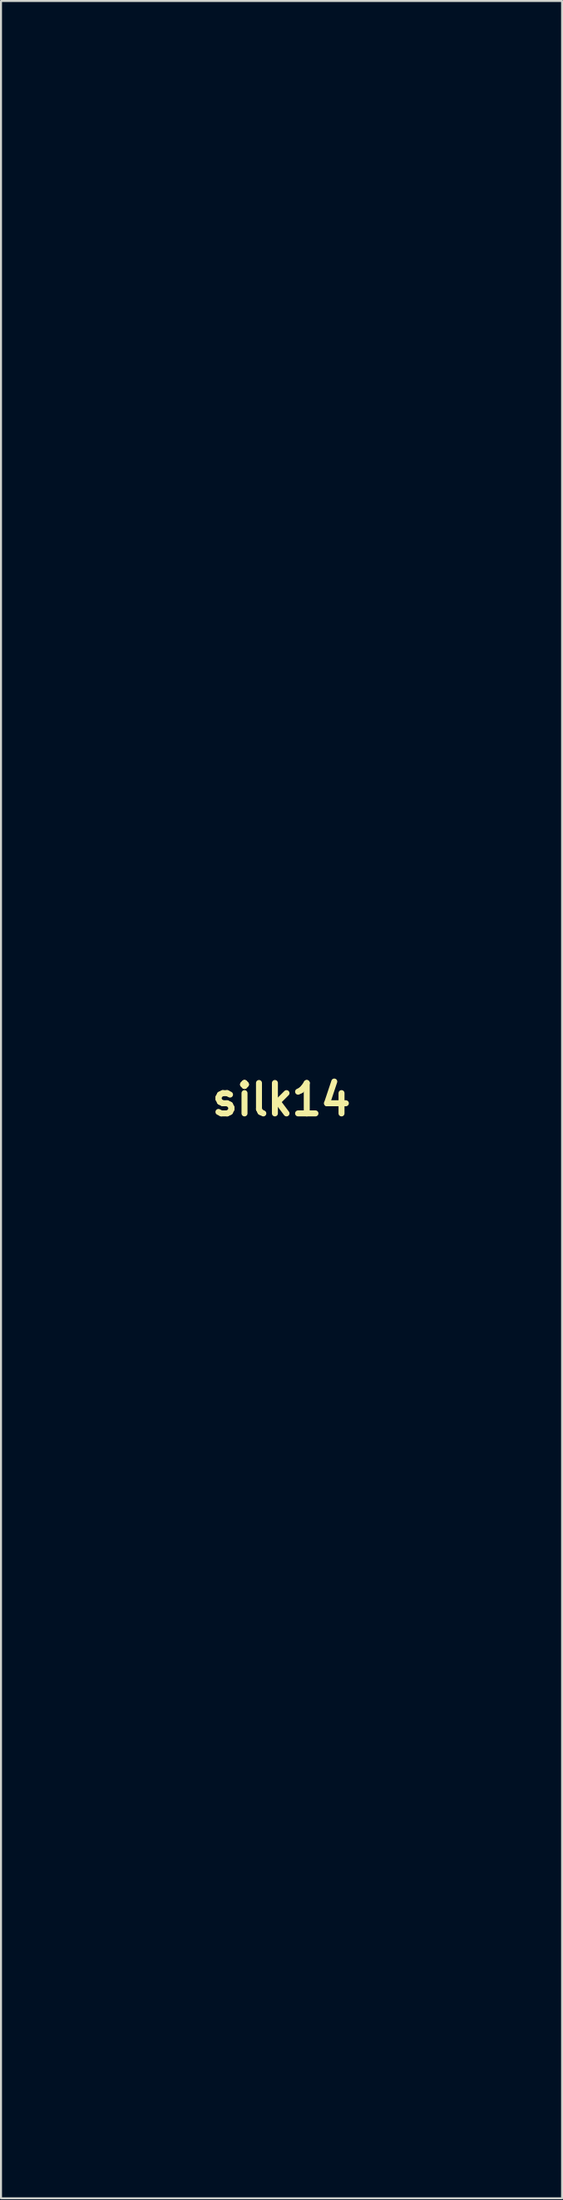
<source format=kicad_pcb>
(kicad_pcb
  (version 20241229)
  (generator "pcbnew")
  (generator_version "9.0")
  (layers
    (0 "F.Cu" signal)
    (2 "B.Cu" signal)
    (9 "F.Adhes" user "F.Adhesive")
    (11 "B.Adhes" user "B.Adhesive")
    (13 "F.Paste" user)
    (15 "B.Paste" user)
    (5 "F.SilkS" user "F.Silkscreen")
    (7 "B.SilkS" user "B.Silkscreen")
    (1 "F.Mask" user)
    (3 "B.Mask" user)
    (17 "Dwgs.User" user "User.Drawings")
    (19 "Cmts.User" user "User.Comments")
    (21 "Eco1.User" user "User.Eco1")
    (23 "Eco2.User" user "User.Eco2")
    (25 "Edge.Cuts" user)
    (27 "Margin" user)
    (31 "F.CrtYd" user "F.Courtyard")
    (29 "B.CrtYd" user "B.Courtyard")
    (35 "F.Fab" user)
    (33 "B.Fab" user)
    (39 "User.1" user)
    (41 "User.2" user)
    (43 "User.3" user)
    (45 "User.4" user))
  (footprint "silk14"
    (layer "F.Cu")
    (at 11.056 52.058)
    (property "Reference" "silk14" (at 0 0 0) (layer "F.SilkS") (effects (font (size 1.524 1.524) (thickness 0.3))))
    (attr through_hole)
    (fp_poly (pts (xy 9.487 -49.934) (xy 7.805 -49.934) (xy 7.805 -50.161) (xy 9.487 -50.161) (xy 9.487 -49.934)) (stroke (width 0.01) (type solid)) (fill no) (layer "Eco2.User"))
    (fp_poly (pts (xy -0.589 -23.777) (xy -0.421 -23.777) (xy -0.421 -23.962) (xy -0.42 -24.03) (xy -0.419 -24.083) (xy -0.417 -24.123) (xy -0.413 -24.153) (xy -0.407 -24.174) (xy -0.4 -24.189) (xy -0.389 -24.199) (xy -0.379 -24.205) (xy -0.345 -24.215) (xy -0.31 -24.21) (xy -0.279 -24.192) (xy -0.277 -24.19) (xy -0.252 -24.165) (xy -0.252 -23.658) (xy -0.301 -23.609) (xy -1.053 -23.609) (xy -1.077 -23.633) (xy -1.097 -23.664) (xy -1.102 -23.699) (xy -1.093 -23.733) (xy -1.082 -23.749) (xy -1.061 -23.773) (xy -0.911 -23.777) (xy -0.761 -23.781) (xy -0.759 -24.279) (xy -0.757 -24.778) (xy -0.896 -24.778) (xy -0.956 -24.778) (xy -1.001 -24.78) (xy -1.035 -24.784) (xy -1.058 -24.79) (xy -1.074 -24.799) (xy -1.085 -24.812) (xy -1.092 -24.824) (xy -1.101 -24.861) (xy -1.094 -24.896) (xy -1.07 -24.926) (xy -1.065 -24.931) (xy -1.058 -24.935) (xy -1.048 -24.939) (xy -1.033 -24.941) (xy -1.012 -24.943) (xy -0.981 -24.944) (xy -0.939 -24.945) (xy -0.885 -24.945) (xy -0.818 -24.946) (xy -0.589 -24.946) (xy -0.589 -23.777)) (stroke (width 0.01) (type solid)) (fill no) (layer "Eco2.User"))
    (fp_poly (pts (xy -7.038 -8.173) (xy -7.035 -7.591) (xy -6.867 -7.591) (xy -6.863 -7.98) (xy -6.841 -8.002) (xy -6.814 -8.018) (xy -6.78 -8.024) (xy -6.746 -8.019) (xy -6.736 -8.015) (xy -6.725 -8.008) (xy -6.716 -7.999) (xy -6.709 -7.986) (xy -6.703 -7.967) (xy -6.7 -7.942) (xy -6.697 -7.906) (xy -6.696 -7.86) (xy -6.695 -7.801) (xy -6.695 -7.727) (xy -6.695 -7.716) (xy -6.695 -7.475) (xy -6.752 -7.418) (xy -7.493 -7.418) (xy -7.518 -7.44) (xy -7.542 -7.469) (xy -7.55 -7.503) (xy -7.543 -7.538) (xy -7.541 -7.543) (xy -7.527 -7.564) (xy -7.512 -7.577) (xy -7.511 -7.578) (xy -7.497 -7.581) (xy -7.469 -7.583) (xy -7.43 -7.585) (xy -7.382 -7.586) (xy -7.351 -7.586) (xy -7.208 -7.586) (xy -7.208 -8.587) (xy -7.343 -8.587) (xy -7.403 -8.588) (xy -7.448 -8.59) (xy -7.482 -8.594) (xy -7.505 -8.601) (xy -7.522 -8.611) (xy -7.533 -8.624) (xy -7.536 -8.629) (xy -7.544 -8.662) (xy -7.54 -8.697) (xy -7.523 -8.729) (xy -7.523 -8.73) (xy -7.501 -8.755) (xy -7.04 -8.755) (xy -7.038 -8.173)) (stroke (width 0.01) (type solid)) (fill no) (layer "Eco2.User"))
    (fp_poly (pts (xy 3.98 22.012) (xy 3.988 22.013) (xy 3.995 22.016) (xy 4.003 22.022) (xy 4.011 22.032) (xy 4.022 22.049) (xy 4.036 22.074) (xy 4.054 22.109) (xy 4.078 22.154) (xy 4.107 22.212) (xy 4.124 22.246) (xy 4.241 22.477) (xy 4.241 22.54) (xy 4.241 22.602) (xy 4.124 22.834) (xy 4.008 23.066) (xy 3.978 23.069) (xy 3.949 23.066) (xy 3.934 23.056) (xy 3.927 23.045) (xy 3.914 23.02) (xy 3.895 22.985) (xy 3.872 22.941) (xy 3.846 22.89) (xy 3.819 22.835) (xy 3.816 22.829) (xy 3.781 22.758) (xy 3.753 22.7) (xy 3.732 22.653) (xy 3.717 22.615) (xy 3.707 22.583) (xy 3.703 22.556) (xy 3.702 22.531) (xy 3.705 22.507) (xy 3.712 22.481) (xy 3.713 22.477) (xy 3.72 22.457) (xy 3.734 22.425) (xy 3.752 22.385) (xy 3.774 22.338) (xy 3.799 22.287) (xy 3.824 22.235) (xy 3.85 22.183) (xy 3.875 22.135) (xy 3.897 22.092) (xy 3.916 22.057) (xy 3.93 22.032) (xy 3.939 22.02) (xy 3.939 22.02) (xy 3.956 22.013) (xy 3.979 22.012) (xy 3.98 22.012)) (stroke (width 0.01) (type solid)) (fill no) (layer "Eco2.User"))
    (fp_poly (pts (xy -1.737 -52.04) (xy -1.727 -52.036) (xy -1.718 -52.032) (xy -1.711 -52.028) (xy -1.704 -52.022) (xy -1.698 -52.014) (xy -1.693 -52.002) (xy -1.689 -51.986) (xy -1.686 -51.964) (xy -1.683 -51.936) (xy -1.681 -51.899) (xy -1.679 -51.854) (xy -1.678 -51.8) (xy -1.677 -51.734) (xy -1.676 -51.657) (xy -1.676 -51.566) (xy -1.675 -51.462) (xy -1.674 -51.342) (xy -1.674 -51.242) (xy -1.67 -50.501) (xy -1.246 -50.497) (xy -0.823 -50.493) (xy -0.794 -50.462) (xy -0.776 -50.439) (xy -0.768 -50.419) (xy -0.765 -50.392) (xy -0.765 -50.387) (xy -0.767 -50.36) (xy -0.773 -50.341) (xy -0.787 -50.323) (xy -0.798 -50.311) (xy -0.831 -50.279) (xy -1.901 -50.279) (xy -1.899 -51.126) (xy -1.898 -51.265) (xy -1.898 -51.387) (xy -1.898 -51.495) (xy -1.897 -51.589) (xy -1.897 -51.67) (xy -1.896 -51.74) (xy -1.896 -51.798) (xy -1.895 -51.846) (xy -1.894 -51.886) (xy -1.893 -51.917) (xy -1.892 -51.942) (xy -1.89 -51.961) (xy -1.889 -51.974) (xy -1.887 -51.984) (xy -1.885 -51.991) (xy -1.882 -51.996) (xy -1.882 -51.997) (xy -1.852 -52.028) (xy -1.815 -52.047) (xy -1.775 -52.051) (xy -1.737 -52.04)) (stroke (width 0.01) (type solid)) (fill no) (layer "Eco2.User"))
    (fp_poly (pts (xy -6.745 9.864) (xy -6.717 9.882) (xy -6.701 9.909) (xy -6.7 9.944) (xy -6.71 9.977) (xy -6.717 9.991) (xy -6.732 10.018) (xy -6.754 10.057) (xy -6.782 10.105) (xy -6.815 10.162) (xy -6.853 10.227) (xy -6.894 10.297) (xy -6.938 10.372) (xy -6.984 10.45) (xy -7.031 10.53) (xy -7.078 10.611) (xy -7.126 10.691) (xy -7.172 10.769) (xy -7.216 10.843) (xy -7.258 10.913) (xy -7.296 10.977) (xy -7.33 11.033) (xy -7.359 11.081) (xy -7.382 11.118) (xy -7.398 11.144) (xy -7.407 11.157) (xy -7.408 11.159) (xy -7.433 11.168) (xy -7.464 11.165) (xy -7.492 11.152) (xy -7.52 11.128) (xy -7.531 11.097) (xy -7.529 11.064) (xy -7.524 11.054) (xy -7.511 11.03) (xy -7.491 10.995) (xy -7.465 10.949) (xy -7.433 10.895) (xy -7.397 10.832) (xy -7.357 10.763) (xy -7.314 10.689) (xy -7.269 10.612) (xy -7.222 10.531) (xy -7.175 10.45) (xy -7.128 10.37) (xy -7.081 10.291) (xy -7.037 10.215) (xy -6.994 10.143) (xy -6.955 10.077) (xy -6.92 10.019) (xy -6.89 9.968) (xy -6.866 9.928) (xy -6.848 9.898) (xy -6.837 9.881) (xy -6.836 9.88) (xy -6.822 9.865) (xy -6.804 9.858) (xy -6.784 9.857) (xy -6.745 9.864)) (stroke (width 0.01) (type solid)) (fill no) (layer "Eco2.User"))
    (fp_poly (pts (xy -8.003 -8.754) (xy -7.973 -8.746) (xy -7.949 -8.732) (xy -7.936 -8.717) (xy -7.931 -8.689) (xy -7.933 -8.655) (xy -7.942 -8.625) (xy -7.943 -8.622) (xy -7.953 -8.605) (xy -7.97 -8.574) (xy -7.994 -8.534) (xy -8.023 -8.483) (xy -8.058 -8.424) (xy -8.096 -8.358) (xy -8.138 -8.287) (xy -8.183 -8.211) (xy -8.23 -8.132) (xy -8.278 -8.052) (xy -8.326 -7.971) (xy -8.373 -7.891) (xy -8.42 -7.813) (xy -8.464 -7.739) (xy -8.505 -7.669) (xy -8.543 -7.606) (xy -8.577 -7.551) (xy -8.605 -7.504) (xy -8.628 -7.467) (xy -8.643 -7.442) (xy -8.651 -7.43) (xy -8.652 -7.429) (xy -8.676 -7.42) (xy -8.707 -7.42) (xy -8.736 -7.43) (xy -8.74 -7.433) (xy -8.765 -7.457) (xy -8.778 -7.49) (xy -8.778 -7.518) (xy -8.773 -7.529) (xy -8.76 -7.552) (xy -8.741 -7.588) (xy -8.715 -7.633) (xy -8.683 -7.688) (xy -8.647 -7.751) (xy -8.607 -7.82) (xy -8.564 -7.894) (xy -8.518 -7.973) (xy -8.471 -8.054) (xy -8.423 -8.136) (xy -8.374 -8.218) (xy -8.327 -8.299) (xy -8.28 -8.377) (xy -8.236 -8.451) (xy -8.195 -8.52) (xy -8.158 -8.582) (xy -8.125 -8.636) (xy -8.098 -8.682) (xy -8.076 -8.716) (xy -8.062 -8.739) (xy -8.055 -8.749) (xy -8.054 -8.749) (xy -8.032 -8.755) (xy -8.003 -8.754)) (stroke (width 0.01) (type solid)) (fill no) (layer "Eco2.User"))
    (fp_poly (pts (xy -7.086 -23.073) (xy -7.057 -23.06) (xy -7.042 -23.048) (xy -7.034 -23.04) (xy -7.028 -23.032) (xy -7.023 -23.024) (xy -7.021 -23.013) (xy -7.022 -23) (xy -7.026 -22.983) (xy -7.034 -22.962) (xy -7.046 -22.935) (xy -7.063 -22.901) (xy -7.085 -22.86) (xy -7.112 -22.811) (xy -7.146 -22.752) (xy -7.186 -22.683) (xy -7.233 -22.603) (xy -7.287 -22.51) (xy -7.349 -22.404) (xy -7.376 -22.36) (xy -7.43 -22.268) (xy -7.482 -22.18) (xy -7.531 -22.098) (xy -7.577 -22.021) (xy -7.618 -21.952) (xy -7.655 -21.891) (xy -7.686 -21.84) (xy -7.712 -21.799) (xy -7.73 -21.77) (xy -7.741 -21.754) (xy -7.743 -21.752) (xy -7.764 -21.737) (xy -7.785 -21.734) (xy -7.811 -21.743) (xy -7.822 -21.748) (xy -7.853 -21.771) (xy -7.869 -21.8) (xy -7.869 -21.834) (xy -7.864 -21.846) (xy -7.851 -21.871) (xy -7.831 -21.908) (xy -7.805 -21.955) (xy -7.773 -22.011) (xy -7.737 -22.074) (xy -7.696 -22.144) (xy -7.652 -22.22) (xy -7.606 -22.299) (xy -7.558 -22.38) (xy -7.51 -22.463) (xy -7.461 -22.545) (xy -7.413 -22.626) (xy -7.367 -22.704) (xy -7.322 -22.778) (xy -7.281 -22.846) (xy -7.244 -22.908) (xy -7.211 -22.962) (xy -7.184 -23.006) (xy -7.162 -23.04) (xy -7.148 -23.061) (xy -7.141 -23.069) (xy -7.117 -23.076) (xy -7.086 -23.073)) (stroke (width 0.01) (type solid)) (fill no) (layer "Eco2.User"))
    (fp_poly (pts (xy -9.922 -13.816) (xy -9.892 -13.806) (xy -9.867 -13.788) (xy -9.853 -13.765) (xy -9.852 -13.764) (xy -9.85 -13.739) (xy -9.852 -13.719) (xy -9.856 -13.708) (xy -9.869 -13.685) (xy -9.889 -13.65) (xy -9.915 -13.604) (xy -9.946 -13.549) (xy -9.982 -13.486) (xy -10.022 -13.417) (xy -10.066 -13.343) (xy -10.111 -13.264) (xy -10.158 -13.183) (xy -10.207 -13.101) (xy -10.255 -13.019) (xy -10.303 -12.938) (xy -10.349 -12.86) (xy -10.393 -12.786) (xy -10.434 -12.717) (xy -10.471 -12.655) (xy -10.504 -12.601) (xy -10.531 -12.556) (xy -10.553 -12.521) (xy -10.567 -12.498) (xy -10.574 -12.488) (xy -10.574 -12.488) (xy -10.599 -12.481) (xy -10.63 -12.483) (xy -10.66 -12.495) (xy -10.672 -12.503) (xy -10.691 -12.522) (xy -10.698 -12.544) (xy -10.698 -12.558) (xy -10.695 -12.588) (xy -10.685 -12.616) (xy -10.684 -12.618) (xy -10.675 -12.636) (xy -10.658 -12.666) (xy -10.634 -12.707) (xy -10.604 -12.758) (xy -10.57 -12.816) (xy -10.531 -12.882) (xy -10.489 -12.954) (xy -10.444 -13.029) (xy -10.398 -13.108) (xy -10.35 -13.189) (xy -10.302 -13.269) (xy -10.254 -13.349) (xy -10.208 -13.427) (xy -10.164 -13.501) (xy -10.122 -13.57) (xy -10.085 -13.633) (xy -10.051 -13.688) (xy -10.023 -13.734) (xy -10.001 -13.771) (xy -9.986 -13.795) (xy -9.978 -13.807) (xy -9.977 -13.808) (xy -9.952 -13.818) (xy -9.922 -13.816)) (stroke (width 0.01) (type solid)) (fill no) (layer "Eco2.User"))
    (fp_poly (pts (xy 2.082 -31.116) (xy 2.1 -31.096) (xy 2.108 -31.078) (xy 2.111 -31.053) (xy 2.111 -31.044) (xy 2.11 -31.015) (xy 2.103 -30.996) (xy 2.088 -30.977) (xy 2.082 -30.971) (xy 2.054 -30.943) (xy 1.287 -30.943) (xy 1.287 -30.438) (xy 1.455 -30.438) (xy 1.517 -30.438) (xy 1.563 -30.437) (xy 1.598 -30.435) (xy 1.622 -30.433) (xy 1.639 -30.429) (xy 1.649 -30.425) (xy 1.676 -30.402) (xy 1.693 -30.37) (xy 1.698 -30.332) (xy 1.69 -30.294) (xy 1.686 -30.287) (xy 1.677 -30.271) (xy 1.668 -30.258) (xy 1.655 -30.249) (xy 1.637 -30.243) (xy 1.611 -30.239) (xy 1.576 -30.237) (xy 1.528 -30.236) (xy 1.466 -30.236) (xy 1.462 -30.236) (xy 1.287 -30.236) (xy 1.287 -29.731) (xy 1.656 -29.731) (xy 1.746 -29.731) (xy 1.827 -29.731) (xy 1.897 -29.73) (xy 1.955 -29.729) (xy 2.001 -29.727) (xy 2.032 -29.725) (xy 2.047 -29.723) (xy 2.048 -29.723) (xy 2.082 -29.702) (xy 2.103 -29.671) (xy 2.111 -29.63) (xy 2.111 -29.626) (xy 2.104 -29.584) (xy 2.084 -29.552) (xy 2.051 -29.531) (xy 2.048 -29.53) (xy 2.034 -29.528) (xy 2.005 -29.526) (xy 1.961 -29.525) (xy 1.902 -29.523) (xy 1.83 -29.522) (xy 1.746 -29.522) (xy 1.651 -29.521) (xy 1.551 -29.521) (xy 1.077 -29.521) (xy 1.077 -31.144) (xy 2.054 -31.144) (xy 2.082 -31.116)) (stroke (width 0.01) (type solid)) (fill no) (layer "Eco2.User"))
    (fp_poly (pts (xy -9.263 -18.746) (xy -9.237 -18.722) (xy -9.227 -18.708) (xy -9.225 -18.695) (xy -9.222 -18.668) (xy -9.221 -18.626) (xy -9.219 -18.569) (xy -9.218 -18.496) (xy -9.218 -18.408) (xy -9.218 -18.357) (xy -9.218 -18.024) (xy -8.882 -18.024) (xy -8.882 -18.28) (xy -8.881 -18.346) (xy -8.881 -18.407) (xy -8.879 -18.46) (xy -8.878 -18.504) (xy -8.876 -18.536) (xy -8.874 -18.555) (xy -8.874 -18.557) (xy -8.856 -18.583) (xy -8.829 -18.6) (xy -8.798 -18.606) (xy -8.767 -18.602) (xy -8.74 -18.588) (xy -8.723 -18.565) (xy -8.72 -18.549) (xy -8.717 -18.516) (xy -8.715 -18.467) (xy -8.714 -18.401) (xy -8.713 -18.319) (xy -8.713 -18.289) (xy -8.713 -18.033) (xy -8.685 -18.021) (xy -8.654 -18) (xy -8.634 -17.971) (xy -8.628 -17.939) (xy -8.636 -17.906) (xy -8.654 -17.88) (xy -8.674 -17.865) (xy -8.692 -17.856) (xy -8.696 -17.856) (xy -8.701 -17.855) (xy -8.706 -17.852) (xy -8.709 -17.845) (xy -8.711 -17.832) (xy -8.712 -17.81) (xy -8.713 -17.778) (xy -8.713 -17.733) (xy -8.713 -17.674) (xy -8.713 -17.468) (xy -8.738 -17.443) (xy -8.769 -17.423) (xy -8.803 -17.418) (xy -8.838 -17.428) (xy -8.854 -17.439) (xy -8.877 -17.459) (xy -8.88 -17.657) (xy -8.882 -17.856) (xy -9.395 -17.856) (xy -9.393 -18.281) (xy -9.39 -18.707) (xy -9.363 -18.731) (xy -9.33 -18.751) (xy -9.296 -18.755) (xy -9.263 -18.746)) (stroke (width 0.01) (type solid)) (fill no) (layer "Eco2.User"))
    (fp_poly (pts (xy -9.864 -18.752) (xy -9.831 -18.736) (xy -9.815 -18.724) (xy -9.806 -18.711) (xy -9.803 -18.692) (xy -9.803 -18.671) (xy -9.803 -18.662) (xy -9.805 -18.654) (xy -9.807 -18.644) (xy -9.811 -18.632) (xy -9.817 -18.616) (xy -9.827 -18.597) (xy -9.84 -18.572) (xy -9.857 -18.541) (xy -9.878 -18.503) (xy -9.905 -18.456) (xy -9.937 -18.401) (xy -9.975 -18.335) (xy -10.021 -18.258) (xy -10.073 -18.169) (xy -10.134 -18.066) (xy -10.151 -18.037) (xy -10.205 -17.945) (xy -10.257 -17.858) (xy -10.306 -17.775) (xy -10.351 -17.699) (xy -10.392 -17.631) (xy -10.428 -17.571) (xy -10.459 -17.52) (xy -10.483 -17.48) (xy -10.501 -17.452) (xy -10.51 -17.436) (xy -10.512 -17.434) (xy -10.539 -17.418) (xy -10.572 -17.416) (xy -10.586 -17.419) (xy -10.614 -17.434) (xy -10.636 -17.457) (xy -10.647 -17.484) (xy -10.648 -17.491) (xy -10.645 -17.513) (xy -10.637 -17.538) (xy -10.636 -17.539) (xy -10.629 -17.552) (xy -10.615 -17.579) (xy -10.593 -17.617) (xy -10.566 -17.665) (xy -10.533 -17.722) (xy -10.495 -17.786) (xy -10.454 -17.856) (xy -10.41 -17.931) (xy -10.363 -18.01) (xy -10.316 -18.09) (xy -10.267 -18.172) (xy -10.219 -18.253) (xy -10.172 -18.332) (xy -10.127 -18.408) (xy -10.084 -18.479) (xy -10.045 -18.544) (xy -10.01 -18.603) (xy -9.979 -18.652) (xy -9.955 -18.692) (xy -9.937 -18.721) (xy -9.926 -18.738) (xy -9.923 -18.741) (xy -9.896 -18.754) (xy -9.864 -18.752)) (stroke (width 0.01) (type solid)) (fill no) (layer "Eco2.User"))
    (fp_poly (pts (xy -8.209 11.001) (xy -8.049 11.001) (xy -8.049 10.826) (xy -8.048 10.765) (xy -8.047 10.713) (xy -8.045 10.67) (xy -8.043 10.639) (xy -8.04 10.624) (xy -8.022 10.595) (xy -7.995 10.577) (xy -7.963 10.572) (xy -7.931 10.579) (xy -7.905 10.597) (xy -7.881 10.621) (xy -7.881 10.866) (xy -7.881 10.942) (xy -7.881 11.002) (xy -7.882 11.049) (xy -7.885 11.085) (xy -7.888 11.111) (xy -7.894 11.13) (xy -7.901 11.142) (xy -7.91 11.15) (xy -7.923 11.156) (xy -7.933 11.16) (xy -7.948 11.162) (xy -7.977 11.164) (xy -8.018 11.166) (xy -8.07 11.167) (xy -8.129 11.168) (xy -8.194 11.169) (xy -8.262 11.169) (xy -8.332 11.169) (xy -8.4 11.169) (xy -8.465 11.168) (xy -8.524 11.167) (xy -8.576 11.166) (xy -8.618 11.164) (xy -8.647 11.162) (xy -8.662 11.16) (xy -8.663 11.16) (xy -8.692 11.14) (xy -8.709 11.11) (xy -8.713 11.08) (xy -8.711 11.053) (xy -8.7 11.035) (xy -8.688 11.023) (xy -8.678 11.015) (xy -8.668 11.009) (xy -8.655 11.005) (xy -8.637 11.003) (xy -8.611 11.002) (xy -8.573 11.001) (xy -8.522 11.001) (xy -8.377 11.001) (xy -8.379 10.511) (xy -8.381 10.021) (xy -8.526 10.017) (xy -8.579 10.015) (xy -8.618 10.014) (xy -8.645 10.012) (xy -8.663 10.009) (xy -8.675 10.005) (xy -8.684 9.999) (xy -8.69 9.994) (xy -8.706 9.967) (xy -8.711 9.934) (xy -8.703 9.902) (xy -8.686 9.878) (xy -8.662 9.857) (xy -8.209 9.857) (xy -8.209 11.001)) (stroke (width 0.01) (type solid)) (fill no) (layer "Eco2.User"))
    (fp_poly (pts (xy 7.552 -13.046) (xy 7.579 -13.024) (xy 7.596 -12.992) (xy 7.598 -12.985) (xy 7.599 -12.971) (xy 7.6 -12.942) (xy 7.601 -12.9) (xy 7.602 -12.848) (xy 7.603 -12.786) (xy 7.603 -12.719) (xy 7.603 -12.646) (xy 7.603 -12.64) (xy 7.603 -12.321) (xy 7.769 -12.323) (xy 7.935 -12.326) (xy 7.94 -12.591) (xy 7.941 -12.656) (xy 7.942 -12.717) (xy 7.944 -12.771) (xy 7.946 -12.815) (xy 7.948 -12.848) (xy 7.95 -12.867) (xy 7.951 -12.871) (xy 7.967 -12.888) (xy 7.992 -12.902) (xy 8.02 -12.91) (xy 8.027 -12.91) (xy 8.047 -12.905) (xy 8.07 -12.891) (xy 8.076 -12.886) (xy 8.104 -12.861) (xy 8.112 -12.326) (xy 8.131 -12.323) (xy 8.148 -12.315) (xy 8.167 -12.299) (xy 8.171 -12.295) (xy 8.188 -12.263) (xy 8.191 -12.229) (xy 8.18 -12.197) (xy 8.155 -12.172) (xy 8.14 -12.164) (xy 8.108 -12.15) (xy 8.108 -11.967) (xy 8.108 -11.9) (xy 8.107 -11.849) (xy 8.105 -11.809) (xy 8.101 -11.78) (xy 8.095 -11.76) (xy 8.088 -11.746) (xy 8.077 -11.736) (xy 8.065 -11.728) (xy 8.027 -11.716) (xy 7.993 -11.721) (xy 7.964 -11.741) (xy 7.94 -11.765) (xy 7.94 -12.153) (xy 7.427 -12.153) (xy 7.427 -12.57) (xy 7.427 -12.667) (xy 7.427 -12.748) (xy 7.427 -12.815) (xy 7.428 -12.869) (xy 7.429 -12.913) (xy 7.43 -12.946) (xy 7.432 -12.971) (xy 7.433 -12.989) (xy 7.436 -13.002) (xy 7.439 -13.01) (xy 7.439 -13.011) (xy 7.458 -13.036) (xy 7.483 -13.05) (xy 7.517 -13.053) (xy 7.552 -13.046)) (stroke (width 0.01) (type solid)) (fill no) (layer "Eco2.User"))
    (fp_poly (pts (xy -6.859 21.817) (xy -6.621 22.358) (xy -6.581 22.448) (xy -6.543 22.533) (xy -6.508 22.613) (xy -6.476 22.687) (xy -6.447 22.752) (xy -6.422 22.807) (xy -6.402 22.852) (xy -6.387 22.885) (xy -6.378 22.905) (xy -6.375 22.91) (xy -6.373 22.905) (xy -6.372 22.883) (xy -6.37 22.846) (xy -6.369 22.792) (xy -6.368 22.724) (xy -6.368 22.641) (xy -6.367 22.545) (xy -6.367 22.434) (xy -6.367 22.397) (xy -6.367 22.29) (xy -6.367 22.198) (xy -6.366 22.12) (xy -6.366 22.056) (xy -6.365 22.003) (xy -6.365 21.96) (xy -6.364 21.927) (xy -6.362 21.902) (xy -6.361 21.884) (xy -6.359 21.871) (xy -6.356 21.862) (xy -6.354 21.856) (xy -6.352 21.854) (xy -6.322 21.828) (xy -6.287 21.817) (xy -6.252 21.821) (xy -6.219 21.839) (xy -6.216 21.841) (xy -6.19 21.866) (xy -6.19 23.255) (xy -6.43 23.255) (xy -6.668 22.711) (xy -6.708 22.62) (xy -6.746 22.534) (xy -6.781 22.454) (xy -6.814 22.381) (xy -6.842 22.316) (xy -6.867 22.261) (xy -6.887 22.216) (xy -6.902 22.183) (xy -6.912 22.163) (xy -6.914 22.158) (xy -6.916 22.165) (xy -6.917 22.187) (xy -6.918 22.224) (xy -6.919 22.275) (xy -6.92 22.338) (xy -6.921 22.413) (xy -6.922 22.498) (xy -6.922 22.592) (xy -6.922 22.673) (xy -6.922 23.196) (xy -6.945 23.222) (xy -6.974 23.243) (xy -7.008 23.253) (xy -7.041 23.249) (xy -7.045 23.247) (xy -7.062 23.236) (xy -7.08 23.217) (xy -7.081 23.217) (xy -7.099 23.194) (xy -7.099 21.817) (xy -6.859 21.817)) (stroke (width 0.01) (type solid)) (fill no) (layer "Eco2.User"))
    (fp_poly (pts (xy -6.079 -8.755) (xy -6.055 -8.754) (xy -6.038 -8.75) (xy -6.026 -8.743) (xy -6.014 -8.732) (xy -6.013 -8.731) (xy -5.994 -8.701) (xy -5.989 -8.669) (xy -5.996 -8.637) (xy -6.015 -8.61) (xy -6.044 -8.593) (xy -6.051 -8.591) (xy -6.072 -8.585) (xy -6.072 -8.033) (xy -5.44 -8.028) (xy -5.416 -8) (xy -5.391 -7.973) (xy -5.391 -7.723) (xy -5.391 -7.648) (xy -5.392 -7.589) (xy -5.393 -7.542) (xy -5.395 -7.507) (xy -5.398 -7.481) (xy -5.402 -7.462) (xy -5.409 -7.449) (xy -5.417 -7.44) (xy -5.428 -7.433) (xy -5.439 -7.428) (xy -5.451 -7.425) (xy -5.477 -7.423) (xy -5.517 -7.421) (xy -5.572 -7.42) (xy -5.642 -7.419) (xy -5.728 -7.419) (xy -5.817 -7.418) (xy -5.907 -7.419) (xy -5.982 -7.419) (xy -6.042 -7.42) (xy -6.091 -7.42) (xy -6.128 -7.422) (xy -6.156 -7.423) (xy -6.176 -7.425) (xy -6.19 -7.428) (xy -6.199 -7.43) (xy -6.2 -7.431) (xy -6.22 -7.445) (xy -6.232 -7.46) (xy -6.234 -7.472) (xy -6.236 -7.501) (xy -6.237 -7.546) (xy -6.238 -7.607) (xy -6.239 -7.685) (xy -6.24 -7.778) (xy -6.24 -7.855) (xy -6.072 -7.855) (xy -6.072 -7.586) (xy -5.818 -7.588) (xy -5.564 -7.591) (xy -5.561 -7.723) (xy -5.559 -7.855) (xy -6.072 -7.855) (xy -6.24 -7.855) (xy -6.24 -7.888) (xy -6.241 -8.013) (xy -6.241 -8.092) (xy -6.241 -8.708) (xy -6.218 -8.732) (xy -6.207 -8.743) (xy -6.195 -8.75) (xy -6.179 -8.754) (xy -6.155 -8.755) (xy -6.118 -8.755) (xy -6.116 -8.755) (xy -6.079 -8.755)) (stroke (width 0.01) (type solid)) (fill no) (layer "Eco2.User"))
    (fp_poly (pts (xy 0.606 -30.993) (xy 0.605 -30.932) (xy 0.604 -30.885) (xy 0.601 -30.85) (xy 0.596 -30.825) (xy 0.588 -30.806) (xy 0.577 -30.793) (xy 0.562 -30.781) (xy 0.56 -30.78) (xy 0.538 -30.771) (xy 0.51 -30.766) (xy 0.502 -30.766) (xy 0.462 -30.773) (xy 0.43 -30.794) (xy 0.408 -30.828) (xy 0.397 -30.873) (xy 0.395 -30.9) (xy 0.395 -30.943) (xy 0.193 -30.943) (xy 0.193 -30.278) (xy 0.193 -30.153) (xy 0.193 -30.043) (xy 0.193 -29.948) (xy 0.193 -29.867) (xy 0.192 -29.798) (xy 0.191 -29.74) (xy 0.19 -29.693) (xy 0.188 -29.654) (xy 0.186 -29.624) (xy 0.183 -29.601) (xy 0.18 -29.583) (xy 0.175 -29.57) (xy 0.17 -29.561) (xy 0.165 -29.554) (xy 0.158 -29.549) (xy 0.15 -29.543) (xy 0.149 -29.542) (xy 0.114 -29.528) (xy 0.075 -29.525) (xy 0.046 -29.533) (xy 0.022 -29.547) (xy 0.004 -29.563) (xy 0.001 -29.567) (xy -0.002 -29.572) (xy -0.004 -29.579) (xy -0.006 -29.589) (xy -0.008 -29.603) (xy -0.009 -29.623) (xy -0.01 -29.65) (xy -0.011 -29.684) (xy -0.012 -29.728) (xy -0.013 -29.781) (xy -0.014 -29.845) (xy -0.015 -29.921) (xy -0.015 -30.011) (xy -0.016 -30.115) (xy -0.017 -30.234) (xy -0.017 -30.26) (xy -0.021 -30.938) (xy -0.223 -30.938) (xy -0.227 -30.884) (xy -0.231 -30.852) (xy -0.237 -30.825) (xy -0.242 -30.81) (xy -0.265 -30.786) (xy -0.297 -30.771) (xy -0.334 -30.767) (xy -0.371 -30.775) (xy -0.379 -30.779) (xy -0.395 -30.789) (xy -0.408 -30.801) (xy -0.417 -30.818) (xy -0.423 -30.842) (xy -0.426 -30.876) (xy -0.428 -30.921) (xy -0.429 -30.98) (xy -0.429 -30.993) (xy -0.429 -31.144) (xy 0.606 -31.144) (xy 0.606 -30.993)) (stroke (width 0.01) (type solid)) (fill no) (layer "Eco2.User"))
    (fp_poly (pts (xy -3.714 9.859) (xy -3.366 9.861) (xy -3.333 9.887) (xy -3.309 9.912) (xy -3.287 9.941) (xy -3.282 9.95) (xy -3.277 9.961) (xy -3.272 9.973) (xy -3.269 9.987) (xy -3.267 10.005) (xy -3.265 10.029) (xy -3.264 10.063) (xy -3.264 10.107) (xy -3.263 10.164) (xy -3.263 10.223) (xy -3.263 10.292) (xy -3.264 10.347) (xy -3.264 10.389) (xy -3.265 10.421) (xy -3.267 10.445) (xy -3.27 10.462) (xy -3.273 10.475) (xy -3.277 10.487) (xy -3.282 10.496) (xy -3.301 10.525) (xy -3.326 10.552) (xy -3.333 10.559) (xy -3.366 10.585) (xy -3.651 10.587) (xy -3.936 10.59) (xy -3.936 11.001) (xy -3.629 11.001) (xy -3.541 11.001) (xy -3.465 11.002) (xy -3.403 11.003) (xy -3.356 11.005) (xy -3.323 11.007) (xy -3.306 11.009) (xy -3.305 11.01) (xy -3.286 11.027) (xy -3.271 11.054) (xy -3.264 11.082) (xy -3.263 11.089) (xy -3.269 11.108) (xy -3.282 11.131) (xy -3.288 11.138) (xy -3.312 11.165) (xy -3.708 11.167) (xy -4.104 11.17) (xy -4.104 10.873) (xy -4.104 10.79) (xy -4.103 10.717) (xy -4.102 10.654) (xy -4.1 10.604) (xy -4.098 10.568) (xy -4.096 10.547) (xy -4.095 10.545) (xy -4.079 10.509) (xy -4.052 10.474) (xy -4.02 10.446) (xy -4.009 10.439) (xy -3.999 10.435) (xy -3.987 10.432) (xy -3.97 10.429) (xy -3.946 10.427) (xy -3.914 10.426) (xy -3.87 10.425) (xy -3.815 10.424) (xy -3.746 10.423) (xy -3.707 10.422) (xy -3.431 10.42) (xy -3.433 10.22) (xy -3.436 10.021) (xy -3.754 10.017) (xy -4.072 10.013) (xy -4.088 9.993) (xy -4.102 9.964) (xy -4.105 9.93) (xy -4.097 9.898) (xy -4.083 9.878) (xy -4.063 9.857) (xy -3.714 9.859)) (stroke (width 0.01) (type solid)) (fill no) (layer "Eco2.User"))
    (fp_poly (pts (xy 5.213 -23.077) (xy 5.282 -23.076) (xy 5.335 -23.075) (xy 5.371 -23.073) (xy 5.391 -23.07) (xy 5.391 -23.07) (xy 5.431 -23.052) (xy 5.467 -23.022) (xy 5.495 -22.986) (xy 5.502 -22.974) (xy 5.506 -22.962) (xy 5.51 -22.949) (xy 5.512 -22.931) (xy 5.514 -22.907) (xy 5.516 -22.875) (xy 5.517 -22.832) (xy 5.517 -22.777) (xy 5.517 -22.707) (xy 5.517 -22.702) (xy 5.517 -22.627) (xy 5.517 -22.566) (xy 5.515 -22.518) (xy 5.513 -22.481) (xy 5.509 -22.452) (xy 5.503 -22.43) (xy 5.496 -22.412) (xy 5.486 -22.397) (xy 5.473 -22.382) (xy 5.469 -22.377) (xy 5.455 -22.363) (xy 5.441 -22.352) (xy 5.426 -22.342) (xy 5.408 -22.335) (xy 5.384 -22.33) (xy 5.353 -22.326) (xy 5.313 -22.324) (xy 5.263 -22.323) (xy 5.2 -22.322) (xy 5.122 -22.322) (xy 5.103 -22.322) (xy 4.828 -22.322) (xy 4.828 -21.91) (xy 5.148 -21.908) (xy 5.468 -21.905) (xy 5.494 -21.877) (xy 5.51 -21.856) (xy 5.516 -21.838) (xy 5.515 -21.814) (xy 5.515 -21.814) (xy 5.503 -21.778) (xy 5.488 -21.76) (xy 5.466 -21.741) (xy 4.659 -21.741) (xy 4.66 -22.042) (xy 4.66 -22.133) (xy 4.661 -22.211) (xy 4.662 -22.275) (xy 4.664 -22.325) (xy 4.666 -22.359) (xy 4.669 -22.376) (xy 4.687 -22.414) (xy 4.717 -22.448) (xy 4.756 -22.475) (xy 4.794 -22.489) (xy 4.815 -22.492) (xy 4.852 -22.494) (xy 4.902 -22.496) (xy 4.963 -22.497) (xy 5.034 -22.498) (xy 5.089 -22.498) (xy 5.341 -22.498) (xy 5.341 -22.91) (xy 5.025 -22.91) (xy 4.928 -22.911) (xy 4.847 -22.911) (xy 4.783 -22.913) (xy 4.736 -22.915) (xy 4.705 -22.917) (xy 4.692 -22.92) (xy 4.674 -22.937) (xy 4.661 -22.963) (xy 4.654 -22.993) (xy 4.655 -23.011) (xy 4.665 -23.034) (xy 4.682 -23.054) (xy 4.682 -23.054) (xy 4.703 -23.074) (xy 5.03 -23.077) (xy 5.13 -23.077) (xy 5.213 -23.077)) (stroke (width 0.01) (type solid)) (fill no) (layer "Eco2.User"))
    (fp_poly (pts (xy -7.752 21.817) (xy -7.686 21.818) (xy -7.634 21.818) (xy -7.592 21.82) (xy -7.56 21.822) (xy -7.536 21.825) (xy -7.518 21.829) (xy -7.506 21.835) (xy -7.497 21.842) (xy -7.491 21.85) (xy -7.485 21.86) (xy -7.481 21.868) (xy -7.471 21.894) (xy -7.471 21.917) (xy -7.481 21.946) (xy -7.482 21.948) (xy -7.492 21.966) (xy -7.506 21.979) (xy -7.524 21.989) (xy -7.55 21.996) (xy -7.586 22) (xy -7.635 22.002) (xy -7.695 22.002) (xy -7.839 22.002) (xy -7.839 23.07) (xy -7.689 23.07) (xy -7.629 23.071) (xy -7.583 23.072) (xy -7.55 23.075) (xy -7.525 23.08) (xy -7.508 23.089) (xy -7.496 23.1) (xy -7.486 23.116) (xy -7.482 23.124) (xy -7.472 23.147) (xy -7.471 23.165) (xy -7.476 23.187) (xy -7.478 23.191) (xy -7.496 23.222) (xy -7.519 23.24) (xy -7.527 23.243) (xy -7.536 23.246) (xy -7.549 23.249) (xy -7.566 23.251) (xy -7.589 23.252) (xy -7.62 23.253) (xy -7.661 23.254) (xy -7.712 23.255) (xy -7.776 23.255) (xy -7.854 23.255) (xy -7.931 23.255) (xy -8.01 23.255) (xy -8.085 23.254) (xy -8.153 23.253) (xy -8.212 23.252) (xy -8.262 23.251) (xy -8.299 23.25) (xy -8.323 23.248) (xy -8.332 23.247) (xy -8.358 23.228) (xy -8.376 23.2) (xy -8.385 23.166) (xy -8.383 23.133) (xy -8.37 23.107) (xy -8.359 23.095) (xy -8.346 23.085) (xy -8.329 23.079) (xy -8.305 23.074) (xy -8.272 23.072) (xy -8.228 23.071) (xy -8.169 23.07) (xy -8.015 23.07) (xy -8.015 22.003) (xy -8.176 22.001) (xy -8.336 21.998) (xy -8.361 21.97) (xy -8.381 21.938) (xy -8.386 21.902) (xy -8.378 21.868) (xy -8.357 21.84) (xy -8.338 21.826) (xy -8.326 21.824) (xy -8.3 21.822) (xy -8.261 21.82) (xy -8.207 21.819) (xy -8.139 21.818) (xy -8.054 21.817) (xy -7.954 21.817) (xy -7.925 21.817) (xy -7.831 21.817) (xy -7.752 21.817)) (stroke (width 0.01) (type solid)) (fill no) (layer "Eco2.User"))
    (fp_poly (pts (xy -6.084 -23.077) (xy -6.017 -23.077) (xy -5.966 -23.075) (xy -5.929 -23.073) (xy -5.906 -23.071) (xy -5.902 -23.07) (xy -5.867 -23.053) (xy -5.833 -23.026) (xy -5.804 -22.992) (xy -5.788 -22.957) (xy -5.788 -22.957) (xy -5.785 -22.937) (xy -5.782 -22.904) (xy -5.78 -22.86) (xy -5.779 -22.808) (xy -5.778 -22.75) (xy -5.778 -22.691) (xy -5.778 -22.631) (xy -5.779 -22.575) (xy -5.781 -22.525) (xy -5.783 -22.485) (xy -5.785 -22.456) (xy -5.787 -22.446) (xy -5.805 -22.408) (xy -5.834 -22.372) (xy -5.87 -22.344) (xy -5.883 -22.337) (xy -5.894 -22.333) (xy -5.906 -22.33) (xy -5.923 -22.327) (xy -5.945 -22.325) (xy -5.975 -22.324) (xy -6.014 -22.323) (xy -6.065 -22.322) (xy -6.129 -22.322) (xy -6.192 -22.322) (xy -6.468 -22.322) (xy -6.468 -21.91) (xy -5.83 -21.905) (xy -5.808 -21.885) (xy -5.789 -21.857) (xy -5.782 -21.825) (xy -5.786 -21.792) (xy -5.802 -21.764) (xy -5.82 -21.75) (xy -5.832 -21.748) (xy -5.862 -21.746) (xy -5.907 -21.744) (xy -5.967 -21.743) (xy -6.043 -21.742) (xy -6.133 -21.742) (xy -6.236 -21.741) (xy -6.636 -21.741) (xy -6.636 -22.049) (xy -6.636 -22.134) (xy -6.636 -22.204) (xy -6.635 -22.26) (xy -6.633 -22.305) (xy -6.631 -22.341) (xy -6.627 -22.368) (xy -6.622 -22.389) (xy -6.616 -22.405) (xy -6.607 -22.419) (xy -6.597 -22.432) (xy -6.587 -22.442) (xy -6.574 -22.456) (xy -6.562 -22.467) (xy -6.549 -22.475) (xy -6.533 -22.482) (xy -6.512 -22.487) (xy -6.485 -22.491) (xy -6.45 -22.493) (xy -6.404 -22.495) (xy -6.346 -22.496) (xy -6.273 -22.496) (xy -6.234 -22.497) (xy -5.955 -22.5) (xy -5.955 -22.91) (xy -6.271 -22.91) (xy -6.36 -22.911) (xy -6.437 -22.911) (xy -6.5 -22.913) (xy -6.549 -22.914) (xy -6.583 -22.916) (xy -6.601 -22.918) (xy -6.603 -22.919) (xy -6.626 -22.94) (xy -6.639 -22.97) (xy -6.64 -23.003) (xy -6.629 -23.035) (xy -6.614 -23.054) (xy -6.593 -23.074) (xy -6.265 -23.077) (xy -6.166 -23.077) (xy -6.084 -23.077)) (stroke (width 0.01) (type solid)) (fill no) (layer "Eco2.User"))
    (fp_poly (pts (xy 6.628 -51.852) (xy 6.765 -51.65) (xy 6.794 -51.69) (xy 6.807 -51.708) (xy 6.828 -51.738) (xy 6.855 -51.776) (xy 6.886 -51.82) (xy 6.92 -51.868) (xy 6.936 -51.891) (xy 7.051 -52.053) (xy 7.334 -52.053) (xy 7.334 -50.344) (xy 7.301 -50.311) (xy 7.28 -50.292) (xy 7.262 -50.282) (xy 7.24 -50.279) (xy 7.228 -50.279) (xy 7.185 -50.285) (xy 7.149 -50.302) (xy 7.124 -50.328) (xy 7.122 -50.331) (xy 7.12 -50.337) (xy 7.118 -50.351) (xy 7.117 -50.371) (xy 7.115 -50.4) (xy 7.114 -50.438) (xy 7.113 -50.486) (xy 7.111 -50.545) (xy 7.11 -50.617) (xy 7.109 -50.701) (xy 7.109 -50.8) (xy 7.108 -50.913) (xy 7.107 -51.039) (xy 7.103 -51.728) (xy 6.991 -51.571) (xy 6.88 -51.413) (xy 6.88 -51.362) (xy 6.879 -51.333) (xy 6.875 -51.313) (xy 6.865 -51.297) (xy 6.847 -51.278) (xy 6.827 -51.259) (xy 6.809 -51.25) (xy 6.787 -51.246) (xy 6.768 -51.246) (xy 6.739 -51.247) (xy 6.719 -51.252) (xy 6.702 -51.264) (xy 6.692 -51.274) (xy 6.67 -51.305) (xy 6.657 -51.343) (xy 6.653 -51.391) (xy 6.649 -51.406) (xy 6.637 -51.429) (xy 6.616 -51.464) (xy 6.586 -51.509) (xy 6.547 -51.567) (xy 6.541 -51.575) (xy 6.43 -51.734) (xy 6.426 -51.042) (xy 6.425 -50.911) (xy 6.424 -50.795) (xy 6.423 -50.695) (xy 6.422 -50.609) (xy 6.421 -50.536) (xy 6.42 -50.476) (xy 6.419 -50.428) (xy 6.417 -50.39) (xy 6.416 -50.363) (xy 6.414 -50.344) (xy 6.412 -50.334) (xy 6.411 -50.332) (xy 6.385 -50.303) (xy 6.351 -50.284) (xy 6.312 -50.277) (xy 6.273 -50.283) (xy 6.246 -50.297) (xy 6.238 -50.303) (xy 6.232 -50.308) (xy 6.226 -50.314) (xy 6.221 -50.321) (xy 6.216 -50.331) (xy 6.212 -50.345) (xy 6.209 -50.363) (xy 6.206 -50.387) (xy 6.204 -50.417) (xy 6.202 -50.455) (xy 6.201 -50.502) (xy 6.2 -50.558) (xy 6.199 -50.624) (xy 6.199 -50.702) (xy 6.199 -50.792) (xy 6.199 -50.896) (xy 6.199 -51.015) (xy 6.199 -51.148) (xy 6.199 -51.212) (xy 6.199 -52.053) (xy 6.49 -52.053) (xy 6.628 -51.852)) (stroke (width 0.01) (type solid)) (fill no) (layer "Eco2.User"))
    (fp_poly (pts (xy -9.765 9.863) (xy -9.739 9.88) (xy -9.726 9.898) (xy -9.724 9.91) (xy -9.721 9.936) (xy -9.719 9.975) (xy -9.717 10.023) (xy -9.716 10.078) (xy -9.714 10.133) (xy -9.71 10.354) (xy -9.639 10.306) (xy -9.59 10.274) (xy -9.549 10.25) (xy -9.515 10.233) (xy -9.482 10.223) (xy -9.447 10.217) (xy -9.405 10.215) (xy -9.369 10.215) (xy -9.323 10.215) (xy -9.289 10.217) (xy -9.264 10.22) (xy -9.244 10.225) (xy -9.223 10.233) (xy -9.221 10.234) (xy -9.172 10.264) (xy -9.129 10.307) (xy -9.096 10.356) (xy -9.091 10.366) (xy -9.086 10.379) (xy -9.081 10.393) (xy -9.078 10.411) (xy -9.074 10.434) (xy -9.071 10.463) (xy -9.069 10.5) (xy -9.066 10.546) (xy -9.064 10.602) (xy -9.061 10.67) (xy -9.058 10.751) (xy -9.055 10.847) (xy -9.054 10.904) (xy -9.052 10.969) (xy -9.051 11.019) (xy -9.05 11.057) (xy -9.051 11.084) (xy -9.052 11.104) (xy -9.055 11.117) (xy -9.058 11.126) (xy -9.063 11.133) (xy -9.066 11.137) (xy -9.093 11.159) (xy -9.125 11.167) (xy -9.157 11.162) (xy -9.186 11.145) (xy -9.198 11.13) (xy -9.203 11.122) (xy -9.206 11.111) (xy -9.209 11.095) (xy -9.212 11.072) (xy -9.214 11.04) (xy -9.216 10.998) (xy -9.219 10.943) (xy -9.221 10.875) (xy -9.223 10.817) (xy -9.226 10.746) (xy -9.228 10.679) (xy -9.23 10.618) (xy -9.232 10.565) (xy -9.233 10.523) (xy -9.234 10.493) (xy -9.234 10.481) (xy -9.236 10.452) (xy -9.243 10.433) (xy -9.257 10.414) (xy -9.264 10.406) (xy -9.294 10.377) (xy -9.372 10.38) (xy -9.45 10.383) (xy -9.58 10.468) (xy -9.71 10.552) (xy -9.714 10.835) (xy -9.718 11.118) (xy -9.74 11.14) (xy -9.77 11.159) (xy -9.804 11.166) (xy -9.837 11.159) (xy -9.842 11.157) (xy -9.862 11.142) (xy -9.874 11.128) (xy -9.876 11.115) (xy -9.877 11.087) (xy -9.879 11.042) (xy -9.88 10.98) (xy -9.881 10.903) (xy -9.882 10.809) (xy -9.882 10.7) (xy -9.882 10.576) (xy -9.882 10.509) (xy -9.882 9.906) (xy -9.858 9.882) (xy -9.83 9.864) (xy -9.797 9.858) (xy -9.765 9.863)) (stroke (width 0.01) (type solid)) (fill no) (layer "Eco2.User"))
    (fp_poly (pts (xy -8.873 -13.775) (xy -8.873 -13.24) (xy -8.839 -13.234) (xy -8.803 -13.221) (xy -8.766 -13.198) (xy -8.734 -13.167) (xy -8.718 -13.146) (xy -8.713 -13.136) (xy -8.709 -13.126) (xy -8.706 -13.113) (xy -8.704 -13.095) (xy -8.702 -13.069) (xy -8.702 -13.035) (xy -8.701 -12.989) (xy -8.701 -12.931) (xy -8.701 -12.868) (xy -8.701 -12.804) (xy -8.702 -12.745) (xy -8.703 -12.692) (xy -8.704 -12.649) (xy -8.705 -12.617) (xy -8.707 -12.599) (xy -8.707 -12.597) (xy -8.722 -12.568) (xy -8.746 -12.538) (xy -8.777 -12.511) (xy -8.802 -12.497) (xy -8.812 -12.493) (xy -8.824 -12.49) (xy -8.84 -12.487) (xy -8.861 -12.485) (xy -8.89 -12.484) (xy -8.928 -12.483) (xy -8.977 -12.482) (xy -9.039 -12.482) (xy -9.115 -12.482) (xy -9.13 -12.482) (xy -9.209 -12.481) (xy -9.272 -12.482) (xy -9.322 -12.482) (xy -9.361 -12.483) (xy -9.39 -12.484) (xy -9.412 -12.485) (xy -9.428 -12.488) (xy -9.441 -12.491) (xy -9.451 -12.495) (xy -9.461 -12.5) (xy -9.463 -12.501) (xy -9.491 -12.52) (xy -9.517 -12.546) (xy -9.525 -12.556) (xy -9.55 -12.592) (xy -9.551 -12.65) (xy -9.387 -12.65) (xy -8.873 -12.65) (xy -8.873 -13.07) (xy -9.128 -13.068) (xy -9.382 -13.066) (xy -9.384 -12.858) (xy -9.387 -12.65) (xy -9.551 -12.65) (xy -9.553 -12.849) (xy -9.553 -12.921) (xy -9.554 -12.979) (xy -9.554 -13.024) (xy -9.553 -13.059) (xy -9.552 -13.084) (xy -9.55 -13.103) (xy -9.547 -13.117) (xy -9.543 -13.129) (xy -9.538 -13.14) (xy -9.537 -13.143) (xy -9.511 -13.179) (xy -9.474 -13.209) (xy -9.432 -13.229) (xy -9.415 -13.234) (xy -9.386 -13.239) (xy -9.386 -13.496) (xy -9.386 -13.574) (xy -9.386 -13.637) (xy -9.385 -13.65) (xy -9.218 -13.65) (xy -9.218 -13.238) (xy -9.041 -13.238) (xy -9.041 -13.65) (xy -9.218 -13.65) (xy -9.385 -13.65) (xy -9.384 -13.687) (xy -9.382 -13.725) (xy -9.379 -13.754) (xy -9.374 -13.775) (xy -9.368 -13.789) (xy -9.36 -13.799) (xy -9.35 -13.807) (xy -9.345 -13.81) (xy -9.331 -13.813) (xy -9.302 -13.815) (xy -9.26 -13.817) (xy -9.205 -13.818) (xy -9.141 -13.819) (xy -9.127 -13.819) (xy -8.925 -13.819) (xy -8.873 -13.775)) (stroke (width 0.01) (type solid)) (fill no) (layer "Eco2.User"))
    (fp_poly (pts (xy -5.664 9.878) (xy -5.649 9.9) (xy -5.644 9.93) (xy -5.644 9.933) (xy -5.645 9.96) (xy -5.65 9.981) (xy -5.661 9.997) (xy -5.679 10.009) (xy -5.706 10.017) (xy -5.745 10.022) (xy -5.796 10.024) (xy -5.861 10.025) (xy -5.888 10.025) (xy -5.942 10.026) (xy -5.99 10.027) (xy -6.029 10.029) (xy -6.057 10.031) (xy -6.072 10.033) (xy -6.072 10.034) (xy -6.08 10.043) (xy -6.095 10.065) (xy -6.115 10.098) (xy -6.139 10.14) (xy -6.167 10.189) (xy -6.196 10.242) (xy -6.303 10.442) (xy -6.304 10.576) (xy -6.199 10.777) (xy -6.164 10.842) (xy -6.136 10.893) (xy -6.114 10.932) (xy -6.097 10.96) (xy -6.083 10.978) (xy -6.073 10.988) (xy -6.071 10.989) (xy -6.058 10.994) (xy -6.038 10.997) (xy -6.008 10.999) (xy -5.966 11) (xy -5.91 11.001) (xy -5.879 11.001) (xy -5.817 11.001) (xy -5.769 11.002) (xy -5.733 11.004) (xy -5.707 11.008) (xy -5.689 11.013) (xy -5.675 11.021) (xy -5.664 11.031) (xy -5.658 11.038) (xy -5.646 11.066) (xy -5.645 11.098) (xy -5.657 11.128) (xy -5.679 11.152) (xy -5.687 11.157) (xy -5.704 11.161) (xy -5.734 11.165) (xy -5.775 11.167) (xy -5.823 11.169) (xy -5.876 11.169) (xy -5.93 11.169) (xy -5.982 11.168) (xy -6.029 11.166) (xy -6.068 11.163) (xy -6.095 11.159) (xy -6.102 11.158) (xy -6.151 11.136) (xy -6.197 11.105) (xy -6.229 11.073) (xy -6.239 11.058) (xy -6.256 11.03) (xy -6.277 10.992) (xy -6.302 10.945) (xy -6.33 10.892) (xy -6.359 10.836) (xy -6.362 10.83) (xy -6.471 10.616) (xy -6.475 10.535) (xy -6.475 10.493) (xy -6.474 10.453) (xy -6.47 10.422) (xy -6.469 10.416) (xy -6.461 10.395) (xy -6.446 10.362) (xy -6.426 10.32) (xy -6.402 10.271) (xy -6.374 10.217) (xy -6.345 10.162) (xy -6.315 10.107) (xy -6.286 10.056) (xy -6.26 10.009) (xy -6.237 9.971) (xy -6.219 9.944) (xy -6.209 9.931) (xy -6.182 9.907) (xy -6.15 9.886) (xy -6.136 9.878) (xy -6.123 9.872) (xy -6.11 9.867) (xy -6.095 9.863) (xy -6.077 9.86) (xy -6.052 9.859) (xy -6.019 9.858) (xy -5.974 9.857) (xy -5.915 9.857) (xy -5.89 9.857) (xy -5.685 9.857) (xy -5.664 9.878)) (stroke (width 0.01) (type solid)) (fill no) (layer "Eco2.User"))
    (fp_poly (pts (xy 4.781 -8.579) (xy 4.835 -8.577) (xy 4.876 -8.575) (xy 4.907 -8.572) (xy 4.928 -8.567) (xy 4.943 -8.559) (xy 4.953 -8.55) (xy 4.959 -8.539) (xy 4.961 -8.527) (xy 4.963 -8.501) (xy 4.965 -8.462) (xy 4.967 -8.412) (xy 4.969 -8.355) (xy 4.97 -8.291) (xy 4.971 -8.259) (xy 4.975 -7.995) (xy 5.006 -7.989) (xy 5.047 -7.975) (xy 5.086 -7.948) (xy 5.114 -7.916) (xy 5.135 -7.886) (xy 5.135 -7.345) (xy 5.112 -7.315) (xy 5.09 -7.291) (xy 5.066 -7.269) (xy 5.061 -7.265) (xy 5.054 -7.26) (xy 5.046 -7.256) (xy 5.036 -7.253) (xy 5.023 -7.25) (xy 5.004 -7.248) (xy 4.978 -7.247) (xy 4.943 -7.246) (xy 4.897 -7.245) (xy 4.838 -7.245) (xy 4.766 -7.244) (xy 4.723 -7.244) (xy 4.637 -7.243) (xy 4.567 -7.243) (xy 4.511 -7.244) (xy 4.467 -7.245) (xy 4.434 -7.246) (xy 4.41 -7.248) (xy 4.394 -7.251) (xy 4.386 -7.253) (xy 4.366 -7.266) (xy 4.342 -7.286) (xy 4.33 -7.298) (xy 4.316 -7.315) (xy 4.305 -7.333) (xy 4.297 -7.354) (xy 4.29 -7.381) (xy 4.286 -7.414) (xy 4.283 -7.456) (xy 4.282 -7.51) (xy 4.282 -7.576) (xy 4.282 -7.647) (xy 4.285 -7.822) (xy 4.458 -7.822) (xy 4.458 -7.41) (xy 4.971 -7.41) (xy 4.971 -7.822) (xy 4.458 -7.822) (xy 4.285 -7.822) (xy 4.285 -7.868) (xy 4.308 -7.907) (xy 4.34 -7.947) (xy 4.381 -7.976) (xy 4.423 -7.99) (xy 4.453 -7.995) (xy 4.458 -8.268) (xy 4.459 -8.334) (xy 4.46 -8.394) (xy 4.461 -8.411) (xy 4.626 -8.411) (xy 4.626 -8.206) (xy 4.626 -8.149) (xy 4.627 -8.097) (xy 4.628 -8.054) (xy 4.629 -8.021) (xy 4.631 -8.001) (xy 4.632 -7.995) (xy 4.642 -7.993) (xy 4.665 -7.992) (xy 4.698 -7.991) (xy 4.718 -7.992) (xy 4.798 -7.994) (xy 4.8 -8.202) (xy 4.803 -8.411) (xy 4.626 -8.411) (xy 4.461 -8.411) (xy 4.461 -8.447) (xy 4.462 -8.49) (xy 4.463 -8.522) (xy 4.464 -8.54) (xy 4.464 -8.543) (xy 4.472 -8.549) (xy 4.489 -8.559) (xy 4.493 -8.562) (xy 4.503 -8.567) (xy 4.515 -8.572) (xy 4.53 -8.575) (xy 4.552 -8.577) (xy 4.582 -8.578) (xy 4.623 -8.578) (xy 4.678 -8.579) (xy 4.712 -8.579) (xy 4.781 -8.579)) (stroke (width 0.01) (type solid)) (fill no) (layer "Eco2.User"))
    (fp_poly (pts (xy 7.8 -18.1) (xy 7.87 -18.099) (xy 7.925 -18.099) (xy 7.969 -18.099) (xy 8.003 -18.098) (xy 8.029 -18.096) (xy 8.048 -18.095) (xy 8.062 -18.092) (xy 8.073 -18.089) (xy 8.082 -18.085) (xy 8.092 -18.08) (xy 8.12 -18.061) (xy 8.146 -18.035) (xy 8.154 -18.025) (xy 8.179 -17.989) (xy 8.182 -17.792) (xy 8.183 -17.715) (xy 8.182 -17.653) (xy 8.18 -17.603) (xy 8.176 -17.564) (xy 8.171 -17.533) (xy 8.163 -17.508) (xy 8.152 -17.486) (xy 8.141 -17.47) (xy 8.117 -17.436) (xy 8.146 -17.388) (xy 8.162 -17.357) (xy 8.174 -17.326) (xy 8.179 -17.306) (xy 8.181 -17.288) (xy 8.182 -17.255) (xy 8.182 -17.212) (xy 8.183 -17.161) (xy 8.182 -17.104) (xy 8.182 -17.072) (xy 8.179 -16.873) (xy 8.154 -16.837) (xy 8.131 -16.811) (xy 8.102 -16.788) (xy 8.092 -16.782) (xy 8.082 -16.777) (xy 8.073 -16.773) (xy 8.062 -16.77) (xy 8.048 -16.767) (xy 8.028 -16.765) (xy 8.002 -16.764) (xy 7.968 -16.763) (xy 7.924 -16.763) (xy 7.867 -16.763) (xy 7.797 -16.763) (xy 7.722 -16.763) (xy 7.626 -16.763) (xy 7.544 -16.764) (xy 7.478 -16.765) (xy 7.427 -16.767) (xy 7.391 -16.769) (xy 7.373 -16.772) (xy 7.37 -16.772) (xy 7.354 -16.786) (xy 7.34 -16.807) (xy 7.338 -16.811) (xy 7.329 -16.835) (xy 7.329 -16.857) (xy 7.333 -16.873) (xy 7.338 -16.887) (xy 7.343 -16.899) (xy 7.351 -16.908) (xy 7.363 -16.915) (xy 7.38 -16.921) (xy 7.405 -16.925) (xy 7.438 -16.928) (xy 7.482 -16.929) (xy 7.537 -16.93) (xy 7.606 -16.93) (xy 7.69 -16.931) (xy 8.007 -16.931) (xy 8.007 -17.299) (xy 7.947 -17.351) (xy 7.551 -17.351) (xy 7.527 -17.376) (xy 7.509 -17.398) (xy 7.503 -17.424) (xy 7.502 -17.435) (xy 7.506 -17.464) (xy 7.519 -17.486) (xy 7.527 -17.495) (xy 7.551 -17.519) (xy 7.752 -17.519) (xy 7.825 -17.519) (xy 7.884 -17.52) (xy 7.929 -17.524) (xy 7.962 -17.531) (xy 7.986 -17.544) (xy 8.001 -17.565) (xy 8.01 -17.595) (xy 8.014 -17.635) (xy 8.015 -17.687) (xy 8.015 -17.753) (xy 8.015 -17.763) (xy 8.015 -17.931) (xy 7.375 -17.931) (xy 7.35 -17.956) (xy 7.333 -17.977) (xy 7.327 -18) (xy 7.326 -18.018) (xy 7.328 -18.045) (xy 7.336 -18.063) (xy 7.352 -18.078) (xy 7.377 -18.1) (xy 7.716 -18.1) (xy 7.8 -18.1)) (stroke (width 0.01) (type solid)) (fill no) (layer "Eco2.User"))
    (fp_poly (pts (xy -5.202 9.863) (xy -5.173 9.879) (xy -5.147 9.901) (xy -5.147 10.127) (xy -5.147 10.187) (xy -5.147 10.241) (xy -5.146 10.286) (xy -5.145 10.322) (xy -5.144 10.345) (xy -5.143 10.353) (xy -5.143 10.353) (xy -5.135 10.349) (xy -5.115 10.338) (xy -5.088 10.321) (xy -5.065 10.306) (xy -5.015 10.274) (xy -4.975 10.251) (xy -4.941 10.234) (xy -4.91 10.224) (xy -4.877 10.218) (xy -4.839 10.215) (xy -4.794 10.215) (xy -4.747 10.215) (xy -4.714 10.217) (xy -4.688 10.22) (xy -4.668 10.225) (xy -4.65 10.233) (xy -4.596 10.266) (xy -4.55 10.312) (xy -4.52 10.359) (xy -4.497 10.406) (xy -4.485 10.75) (xy -4.483 10.826) (xy -4.48 10.896) (xy -4.479 10.96) (xy -4.478 11.016) (xy -4.477 11.061) (xy -4.477 11.094) (xy -4.478 11.113) (xy -4.478 11.116) (xy -4.491 11.136) (xy -4.514 11.154) (xy -4.541 11.166) (xy -4.561 11.169) (xy -4.583 11.163) (xy -4.609 11.147) (xy -4.611 11.145) (xy -4.638 11.12) (xy -4.645 10.932) (xy -4.647 10.864) (xy -4.65 10.79) (xy -4.653 10.714) (xy -4.655 10.643) (xy -4.658 10.586) (xy -4.664 10.427) (xy -4.691 10.403) (xy -4.706 10.391) (xy -4.719 10.384) (xy -4.737 10.38) (xy -4.763 10.379) (xy -4.793 10.379) (xy -4.868 10.379) (xy -4.963 10.44) (xy -5.003 10.466) (xy -5.043 10.491) (xy -5.077 10.514) (xy -5.102 10.53) (xy -5.103 10.531) (xy -5.147 10.56) (xy -5.147 10.839) (xy -5.147 10.915) (xy -5.147 10.975) (xy -5.148 11.023) (xy -5.149 11.059) (xy -5.15 11.086) (xy -5.152 11.105) (xy -5.154 11.118) (xy -5.157 11.127) (xy -5.161 11.134) (xy -5.166 11.14) (xy -5.192 11.158) (xy -5.225 11.166) (xy -5.257 11.163) (xy -5.262 11.161) (xy -5.27 11.158) (xy -5.278 11.154) (xy -5.284 11.15) (xy -5.289 11.143) (xy -5.294 11.132) (xy -5.297 11.117) (xy -5.3 11.096) (xy -5.302 11.069) (xy -5.304 11.033) (xy -5.305 10.988) (xy -5.306 10.932) (xy -5.307 10.865) (xy -5.307 10.786) (xy -5.307 10.692) (xy -5.307 10.584) (xy -5.307 10.509) (xy -5.307 10.387) (xy -5.306 10.28) (xy -5.306 10.189) (xy -5.305 10.112) (xy -5.305 10.048) (xy -5.304 9.996) (xy -5.303 9.955) (xy -5.301 9.925) (xy -5.3 9.905) (xy -5.298 9.893) (xy -5.296 9.89) (xy -5.269 9.867) (xy -5.236 9.858) (xy -5.202 9.863)) (stroke (width 0.01) (type solid)) (fill no) (layer "Eco2.User"))
    (fp_poly (pts (xy -10.24 9.878) (xy -10.218 9.909) (xy -10.213 9.942) (xy -10.222 9.972) (xy -10.231 9.989) (xy -10.243 10.001) (xy -10.259 10.011) (xy -10.282 10.017) (xy -10.313 10.022) (xy -10.355 10.024) (xy -10.411 10.025) (xy -10.465 10.025) (xy -10.636 10.025) (xy -10.658 10.049) (xy -10.667 10.062) (xy -10.684 10.089) (xy -10.705 10.125) (xy -10.73 10.17) (xy -10.757 10.22) (xy -10.777 10.257) (xy -10.811 10.323) (xy -10.838 10.376) (xy -10.858 10.419) (xy -10.871 10.454) (xy -10.879 10.483) (xy -10.882 10.508) (xy -10.882 10.531) (xy -10.877 10.554) (xy -10.876 10.557) (xy -10.869 10.576) (xy -10.856 10.607) (xy -10.837 10.647) (xy -10.814 10.693) (xy -10.789 10.743) (xy -10.763 10.794) (xy -10.737 10.843) (xy -10.712 10.889) (xy -10.69 10.928) (xy -10.673 10.957) (xy -10.661 10.974) (xy -10.659 10.976) (xy -10.652 10.983) (xy -10.645 10.988) (xy -10.635 10.992) (xy -10.619 10.994) (xy -10.597 10.997) (xy -10.564 10.998) (xy -10.52 10.999) (xy -10.462 11.001) (xy -10.449 11.001) (xy -10.259 11.005) (xy -10.239 11.029) (xy -10.223 11.059) (xy -10.219 11.094) (xy -10.227 11.126) (xy -10.228 11.128) (xy -10.236 11.141) (xy -10.247 11.151) (xy -10.264 11.158) (xy -10.287 11.163) (xy -10.32 11.166) (xy -10.364 11.168) (xy -10.422 11.169) (xy -10.464 11.169) (xy -10.536 11.168) (xy -10.592 11.167) (xy -10.633 11.164) (xy -10.662 11.161) (xy -10.674 11.158) (xy -10.711 11.141) (xy -10.749 11.12) (xy -10.781 11.098) (xy -10.796 11.084) (xy -10.806 11.07) (xy -10.822 11.043) (xy -10.843 11.006) (xy -10.868 10.961) (xy -10.894 10.91) (xy -10.922 10.857) (xy -10.949 10.803) (xy -10.975 10.751) (xy -10.998 10.704) (xy -11.017 10.664) (xy -11.031 10.632) (xy -11.038 10.614) (xy -11.048 10.565) (xy -11.051 10.51) (xy -11.048 10.455) (xy -11.039 10.408) (xy -11.039 10.408) (xy -11.03 10.385) (xy -11.015 10.351) (xy -10.994 10.308) (xy -10.969 10.258) (xy -10.941 10.205) (xy -10.912 10.15) (xy -10.882 10.095) (xy -10.854 10.045) (xy -10.829 10.001) (xy -10.808 9.966) (xy -10.792 9.942) (xy -10.787 9.936) (xy -10.762 9.911) (xy -10.73 9.888) (xy -10.714 9.879) (xy -10.7 9.872) (xy -10.687 9.867) (xy -10.672 9.863) (xy -10.655 9.861) (xy -10.631 9.859) (xy -10.598 9.858) (xy -10.555 9.857) (xy -10.498 9.857) (xy -10.465 9.857) (xy -10.26 9.857) (xy -10.24 9.878)) (stroke (width 0.01) (type solid)) (fill no) (layer "Eco2.User"))
    (fp_poly (pts (xy -1.293 -31.145) (xy -1.28 -31.144) (xy -1.24 -31.141) (xy -1.213 -31.13) (xy -1.194 -31.108) (xy -1.183 -31.083) (xy -1.177 -31.068) (xy -1.168 -31.038) (xy -1.156 -30.995) (xy -1.14 -30.941) (xy -1.121 -30.877) (xy -1.1 -30.804) (xy -1.077 -30.724) (xy -1.052 -30.638) (xy -1.026 -30.548) (xy -1 -30.455) (xy -0.973 -30.361) (xy -0.946 -30.266) (xy -0.919 -30.173) (xy -0.893 -30.082) (xy -0.869 -29.996) (xy -0.846 -29.915) (xy -0.825 -29.841) (xy -0.807 -29.775) (xy -0.791 -29.719) (xy -0.779 -29.675) (xy -0.771 -29.643) (xy -0.766 -29.624) (xy -0.765 -29.621) (xy -0.771 -29.595) (xy -0.786 -29.567) (xy -0.806 -29.544) (xy -0.835 -29.528) (xy -0.871 -29.524) (xy -0.908 -29.532) (xy -0.911 -29.533) (xy -0.925 -29.54) (xy -0.937 -29.55) (xy -0.948 -29.564) (xy -0.959 -29.586) (xy -0.971 -29.616) (xy -0.984 -29.658) (xy -1 -29.713) (xy -1.01 -29.746) (xy -1.046 -29.874) (xy -1.518 -29.874) (xy -1.565 -29.717) (xy -1.582 -29.661) (xy -1.595 -29.618) (xy -1.606 -29.587) (xy -1.616 -29.566) (xy -1.624 -29.553) (xy -1.633 -29.544) (xy -1.66 -29.531) (xy -1.693 -29.525) (xy -1.725 -29.525) (xy -1.737 -29.529) (xy -1.765 -29.548) (xy -1.786 -29.577) (xy -1.799 -29.608) (xy -1.8 -29.621) (xy -1.798 -29.633) (xy -1.791 -29.661) (xy -1.78 -29.702) (xy -1.765 -29.755) (xy -1.747 -29.82) (xy -1.726 -29.895) (xy -1.702 -29.979) (xy -1.676 -30.071) (xy -1.672 -30.085) (xy -1.454 -30.085) (xy -1.282 -30.085) (xy -1.222 -30.085) (xy -1.178 -30.086) (xy -1.146 -30.087) (xy -1.126 -30.089) (xy -1.115 -30.091) (xy -1.112 -30.095) (xy -1.112 -30.096) (xy -1.117 -30.116) (xy -1.126 -30.148) (xy -1.138 -30.19) (xy -1.152 -30.239) (xy -1.168 -30.294) (xy -1.185 -30.351) (xy -1.203 -30.41) (xy -1.22 -30.467) (xy -1.236 -30.52) (xy -1.25 -30.568) (xy -1.263 -30.608) (xy -1.272 -30.637) (xy -1.278 -30.653) (xy -1.279 -30.657) (xy -1.283 -30.649) (xy -1.29 -30.627) (xy -1.301 -30.593) (xy -1.315 -30.548) (xy -1.332 -30.496) (xy -1.349 -30.437) (xy -1.357 -30.411) (xy -1.376 -30.347) (xy -1.394 -30.287) (xy -1.41 -30.233) (xy -1.424 -30.187) (xy -1.434 -30.151) (xy -1.441 -30.129) (xy -1.442 -30.125) (xy -1.454 -30.085) (xy -1.672 -30.085) (xy -1.647 -30.169) (xy -1.617 -30.272) (xy -1.587 -30.374) (xy -1.55 -30.503) (xy -1.516 -30.617) (xy -1.487 -30.716) (xy -1.461 -30.802) (xy -1.439 -30.876) (xy -1.42 -30.938) (xy -1.403 -30.99) (xy -1.388 -31.033) (xy -1.376 -31.067) (xy -1.364 -31.093) (xy -1.354 -31.113) (xy -1.344 -31.127) (xy -1.335 -31.136) (xy -1.326 -31.142) (xy -1.316 -31.144) (xy -1.305 -31.145) (xy -1.293 -31.145)) (stroke (width 0.01) (type solid)) (fill no) (layer "Eco2.User"))
    (fp_poly (pts (xy -2.576 -52.052) (xy -2.541 -52.051) (xy -2.515 -52.05) (xy -2.497 -52.048) (xy -2.483 -52.045) (xy -2.473 -52.042) (xy -2.465 -52.038) (xy -2.434 -52.012) (xy -2.414 -51.978) (xy -2.406 -51.938) (xy -2.413 -51.899) (xy -2.422 -51.879) (xy -2.43 -51.866) (xy -2.439 -51.855) (xy -2.45 -51.847) (xy -2.465 -51.841) (xy -2.486 -51.836) (xy -2.515 -51.833) (xy -2.554 -51.83) (xy -2.604 -51.828) (xy -2.668 -51.827) (xy -2.727 -51.826) (xy -2.977 -51.822) (xy -3.002 -51.797) (xy -3.011 -51.783) (xy -3.028 -51.757) (xy -3.05 -51.72) (xy -3.076 -51.673) (xy -3.106 -51.62) (xy -3.138 -51.561) (xy -3.162 -51.518) (xy -3.205 -51.438) (xy -3.24 -51.371) (xy -3.268 -51.314) (xy -3.289 -51.264) (xy -3.303 -51.221) (xy -3.309 -51.18) (xy -3.308 -51.14) (xy -3.299 -51.098) (xy -3.283 -51.052) (xy -3.26 -50.999) (xy -3.23 -50.938) (xy -3.193 -50.865) (xy -3.165 -50.813) (xy -3.133 -50.752) (xy -3.103 -50.695) (xy -3.076 -50.644) (xy -3.053 -50.601) (xy -3.034 -50.568) (xy -3.021 -50.547) (xy -3.016 -50.54) (xy -3.005 -50.528) (xy -2.992 -50.519) (xy -2.977 -50.511) (xy -2.957 -50.506) (xy -2.93 -50.502) (xy -2.894 -50.499) (xy -2.848 -50.498) (xy -2.789 -50.497) (xy -2.715 -50.497) (xy -2.479 -50.497) (xy -2.446 -50.465) (xy -2.427 -50.444) (xy -2.417 -50.426) (xy -2.414 -50.404) (xy -2.414 -50.388) (xy -2.415 -50.361) (xy -2.421 -50.341) (xy -2.435 -50.323) (xy -2.446 -50.311) (xy -2.479 -50.279) (xy -2.743 -50.279) (xy -2.817 -50.279) (xy -2.876 -50.279) (xy -2.922 -50.28) (xy -2.958 -50.281) (xy -2.985 -50.282) (xy -3.005 -50.284) (xy -3.021 -50.287) (xy -3.035 -50.291) (xy -3.048 -50.296) (xy -3.055 -50.299) (xy -3.108 -50.326) (xy -3.158 -50.359) (xy -3.197 -50.396) (xy -3.205 -50.405) (xy -3.214 -50.419) (xy -3.23 -50.446) (xy -3.251 -50.485) (xy -3.277 -50.532) (xy -3.307 -50.587) (xy -3.338 -50.648) (xy -3.368 -50.704) (xy -3.411 -50.787) (xy -3.446 -50.857) (xy -3.474 -50.916) (xy -3.497 -50.966) (xy -3.514 -51.009) (xy -3.526 -51.046) (xy -3.534 -51.079) (xy -3.538 -51.111) (xy -3.54 -51.143) (xy -3.539 -51.176) (xy -3.538 -51.195) (xy -3.534 -51.236) (xy -3.528 -51.277) (xy -3.521 -51.31) (xy -3.518 -51.319) (xy -3.511 -51.336) (xy -3.497 -51.366) (xy -3.476 -51.407) (xy -3.451 -51.457) (xy -3.422 -51.514) (xy -3.39 -51.575) (xy -3.36 -51.633) (xy -3.317 -51.714) (xy -3.281 -51.781) (xy -3.25 -51.835) (xy -3.224 -51.88) (xy -3.2 -51.916) (xy -3.178 -51.944) (xy -3.156 -51.966) (xy -3.135 -51.985) (xy -3.111 -52) (xy -3.085 -52.015) (xy -3.073 -52.021) (xy -3.016 -52.049) (xy -2.755 -52.051) (xy -2.681 -52.052) (xy -2.622 -52.052) (xy -2.576 -52.052)) (stroke (width 0.01) (type solid)) (fill no) (layer "Eco2.User"))
    (fp_poly (pts (xy -2.818 -31.144) (xy -2.742 -31.144) (xy -2.678 -31.144) (xy -2.627 -31.144) (xy -2.587 -31.143) (xy -2.555 -31.142) (xy -2.53 -31.14) (xy -2.511 -31.138) (xy -2.497 -31.135) (xy -2.484 -31.132) (xy -2.473 -31.129) (xy -2.469 -31.127) (xy -2.417 -31.1) (xy -2.368 -31.059) (xy -2.326 -31.009) (xy -2.303 -30.969) (xy -2.275 -30.913) (xy -2.275 -30.644) (xy -2.303 -30.588) (xy -2.337 -30.533) (xy -2.381 -30.486) (xy -2.431 -30.448) (xy -2.469 -30.43) (xy -2.495 -30.422) (xy -2.523 -30.416) (xy -2.558 -30.414) (xy -2.604 -30.413) (xy -2.612 -30.413) (xy -2.65 -30.412) (xy -2.681 -30.412) (xy -2.701 -30.411) (xy -2.708 -30.41) (xy -2.704 -30.402) (xy -2.692 -30.381) (xy -2.674 -30.349) (xy -2.649 -30.306) (xy -2.619 -30.255) (xy -2.585 -30.196) (xy -2.547 -30.131) (xy -2.507 -30.061) (xy -2.505 -30.059) (xy -2.455 -29.972) (xy -2.412 -29.899) (xy -2.377 -29.837) (xy -2.348 -29.787) (xy -2.325 -29.746) (xy -2.307 -29.714) (xy -2.293 -29.689) (xy -2.284 -29.67) (xy -2.277 -29.656) (xy -2.274 -29.646) (xy -2.272 -29.638) (xy -2.271 -29.631) (xy -2.271 -29.625) (xy -2.278 -29.588) (xy -2.298 -29.559) (xy -2.327 -29.538) (xy -2.361 -29.526) (xy -2.397 -29.527) (xy -2.431 -29.54) (xy -2.443 -29.549) (xy -2.451 -29.559) (xy -2.467 -29.583) (xy -2.489 -29.619) (xy -2.517 -29.665) (xy -2.55 -29.72) (xy -2.588 -29.784) (xy -2.628 -29.853) (xy -2.672 -29.928) (xy -2.707 -29.988) (xy -2.95 -30.409) (xy -3.022 -30.411) (xy -3.095 -30.413) (xy -3.095 -30.011) (xy -3.095 -29.918) (xy -3.095 -29.84) (xy -3.096 -29.776) (xy -3.096 -29.724) (xy -3.097 -29.683) (xy -3.098 -29.651) (xy -3.1 -29.627) (xy -3.102 -29.609) (xy -3.104 -29.596) (xy -3.107 -29.587) (xy -3.11 -29.581) (xy -3.134 -29.55) (xy -3.167 -29.53) (xy -3.205 -29.523) (xy -3.242 -29.529) (xy -3.243 -29.529) (xy -3.26 -29.54) (xy -3.279 -29.558) (xy -3.283 -29.563) (xy -3.305 -29.59) (xy -3.305 -30.694) (xy -3.102 -30.694) (xy -3.102 -30.659) (xy -3.101 -30.635) (xy -3.1 -30.625) (xy -3.095 -30.622) (xy -3.083 -30.62) (xy -3.062 -30.618) (xy -3.03 -30.616) (xy -2.986 -30.615) (xy -2.929 -30.615) (xy -2.857 -30.615) (xy -2.83 -30.615) (xy -2.754 -30.615) (xy -2.693 -30.615) (xy -2.645 -30.616) (xy -2.608 -30.617) (xy -2.581 -30.619) (xy -2.561 -30.621) (xy -2.547 -30.624) (xy -2.536 -30.628) (xy -2.535 -30.628) (xy -2.513 -30.641) (xy -2.498 -30.658) (xy -2.489 -30.681) (xy -2.483 -30.715) (xy -2.481 -30.761) (xy -2.481 -30.782) (xy -2.481 -30.876) (xy -2.539 -30.938) (xy -3.099 -30.938) (xy -3.102 -30.787) (xy -3.102 -30.738) (xy -3.102 -30.694) (xy -3.305 -30.694) (xy -3.305 -31.144) (xy -2.91 -31.144) (xy -2.818 -31.144)) (stroke (width 0.01) (type solid)) (fill no) (layer "Eco2.User"))
    (fp_poly (pts (xy 10.342 -52.053) (xy 10.404 -52.052) (xy 10.454 -52.051) (xy 10.492 -52.049) (xy 10.522 -52.047) (xy 10.545 -52.043) (xy 10.56 -52.04) (xy 10.606 -52.023) (xy 10.655 -51.996) (xy 10.7 -51.963) (xy 10.737 -51.928) (xy 10.747 -51.915) (xy 10.762 -51.892) (xy 10.781 -51.857) (xy 10.806 -51.812) (xy 10.833 -51.758) (xy 10.863 -51.699) (xy 10.894 -51.637) (xy 10.925 -51.573) (xy 10.955 -51.51) (xy 10.982 -51.451) (xy 11.006 -51.397) (xy 11.026 -51.352) (xy 11.04 -51.317) (xy 11.048 -51.294) (xy 11.048 -51.294) (xy 11.059 -51.23) (xy 11.062 -51.159) (xy 11.058 -51.09) (xy 11.049 -51.035) (xy 11.041 -51.011) (xy 11.025 -50.973) (xy 11.002 -50.922) (xy 10.973 -50.86) (xy 10.938 -50.787) (xy 10.896 -50.704) (xy 10.894 -50.699) (xy 10.853 -50.618) (xy 10.818 -50.55) (xy 10.788 -50.494) (xy 10.762 -50.448) (xy 10.739 -50.412) (xy 10.718 -50.383) (xy 10.698 -50.361) (xy 10.677 -50.343) (xy 10.655 -50.328) (xy 10.631 -50.314) (xy 10.617 -50.307) (xy 10.568 -50.283) (xy 10.001 -50.278) (xy 9.97 -50.306) (xy 9.949 -50.329) (xy 9.939 -50.353) (xy 9.935 -50.372) (xy 9.937 -50.418) (xy 9.952 -50.454) (xy 9.981 -50.481) (xy 10.024 -50.498) (xy 10.08 -50.505) (xy 10.095 -50.506) (xy 10.16 -50.506) (xy 10.16 -51.826) (xy 10.387 -51.826) (xy 10.387 -50.497) (xy 10.427 -50.497) (xy 10.458 -50.499) (xy 10.488 -50.504) (xy 10.496 -50.505) (xy 10.522 -50.517) (xy 10.545 -50.533) (xy 10.554 -50.546) (xy 10.57 -50.572) (xy 10.59 -50.608) (xy 10.615 -50.654) (xy 10.642 -50.706) (xy 10.67 -50.762) (xy 10.7 -50.821) (xy 10.729 -50.879) (xy 10.756 -50.935) (xy 10.781 -50.987) (xy 10.801 -51.033) (xy 10.817 -51.069) (xy 10.828 -51.095) (xy 10.83 -51.101) (xy 10.836 -51.126) (xy 10.84 -51.148) (xy 10.841 -51.171) (xy 10.838 -51.195) (xy 10.832 -51.222) (xy 10.821 -51.254) (xy 10.805 -51.293) (xy 10.783 -51.341) (xy 10.755 -51.399) (xy 10.72 -51.47) (xy 10.695 -51.519) (xy 10.66 -51.589) (xy 10.631 -51.647) (xy 10.607 -51.692) (xy 10.589 -51.727) (xy 10.574 -51.753) (xy 10.562 -51.772) (xy 10.552 -51.785) (xy 10.543 -51.794) (xy 10.534 -51.8) (xy 10.525 -51.806) (xy 10.522 -51.807) (xy 10.478 -51.822) (xy 10.436 -51.826) (xy 10.387 -51.826) (xy 10.16 -51.826) (xy 10.086 -51.826) (xy 10.046 -51.827) (xy 10.017 -51.83) (xy 9.996 -51.837) (xy 9.987 -51.842) (xy 9.961 -51.866) (xy 9.942 -51.9) (xy 9.933 -51.936) (xy 9.933 -51.941) (xy 9.94 -51.973) (xy 9.959 -52.005) (xy 9.987 -52.032) (xy 9.994 -52.036) (xy 10.003 -52.041) (xy 10.013 -52.045) (xy 10.026 -52.048) (xy 10.045 -52.05) (xy 10.072 -52.052) (xy 10.107 -52.052) (xy 10.154 -52.053) (xy 10.215 -52.053) (xy 10.265 -52.053) (xy 10.342 -52.053)) (stroke (width 0.01) (type solid)) (fill no) (layer "Eco2.User"))
    (fp_poly (pts (xy 2.217 -52.052) (xy 2.253 -52.051) (xy 2.279 -52.05) (xy 2.298 -52.048) (xy 2.312 -52.045) (xy 2.323 -52.041) (xy 2.325 -52.04) (xy 2.358 -52.016) (xy 2.379 -51.983) (xy 2.388 -51.944) (xy 2.383 -51.904) (xy 2.372 -51.879) (xy 2.364 -51.866) (xy 2.355 -51.855) (xy 2.344 -51.847) (xy 2.329 -51.841) (xy 2.308 -51.836) (xy 2.279 -51.833) (xy 2.24 -51.83) (xy 2.19 -51.828) (xy 2.126 -51.827) (xy 2.067 -51.826) (xy 1.817 -51.822) (xy 1.793 -51.797) (xy 1.783 -51.783) (xy 1.767 -51.757) (xy 1.745 -51.721) (xy 1.72 -51.676) (xy 1.691 -51.625) (xy 1.661 -51.569) (xy 1.63 -51.512) (xy 1.6 -51.456) (xy 1.571 -51.402) (xy 1.546 -51.352) (xy 1.524 -51.31) (xy 1.508 -51.277) (xy 1.499 -51.254) (xy 1.497 -51.251) (xy 1.492 -51.221) (xy 1.489 -51.178) (xy 1.49 -51.146) (xy 1.494 -51.073) (xy 1.627 -50.817) (xy 1.659 -50.755) (xy 1.689 -50.698) (xy 1.717 -50.647) (xy 1.741 -50.603) (xy 1.759 -50.57) (xy 1.773 -50.548) (xy 1.778 -50.54) (xy 1.79 -50.528) (xy 1.802 -50.519) (xy 1.818 -50.511) (xy 1.838 -50.506) (xy 1.865 -50.502) (xy 1.901 -50.499) (xy 1.948 -50.498) (xy 2.008 -50.497) (xy 2.078 -50.497) (xy 2.151 -50.497) (xy 2.209 -50.497) (xy 2.254 -50.495) (xy 2.288 -50.493) (xy 2.313 -50.489) (xy 2.332 -50.483) (xy 2.345 -50.475) (xy 2.355 -50.464) (xy 2.364 -50.45) (xy 2.366 -50.446) (xy 2.379 -50.41) (xy 2.379 -50.37) (xy 2.367 -50.333) (xy 2.343 -50.303) (xy 2.329 -50.292) (xy 2.321 -50.288) (xy 2.309 -50.285) (xy 2.292 -50.283) (xy 2.268 -50.281) (xy 2.234 -50.28) (xy 2.19 -50.279) (xy 2.134 -50.279) (xy 2.062 -50.279) (xy 2.047 -50.279) (xy 1.974 -50.279) (xy 1.915 -50.279) (xy 1.87 -50.28) (xy 1.834 -50.281) (xy 1.808 -50.282) (xy 1.788 -50.284) (xy 1.772 -50.287) (xy 1.758 -50.291) (xy 1.744 -50.297) (xy 1.739 -50.299) (xy 1.686 -50.325) (xy 1.637 -50.359) (xy 1.598 -50.395) (xy 1.589 -50.405) (xy 1.578 -50.421) (xy 1.561 -50.451) (xy 1.539 -50.491) (xy 1.513 -50.54) (xy 1.483 -50.595) (xy 1.452 -50.655) (xy 1.421 -50.716) (xy 1.389 -50.778) (xy 1.36 -50.837) (xy 1.333 -50.892) (xy 1.31 -50.94) (xy 1.291 -50.979) (xy 1.279 -51.007) (xy 1.275 -51.019) (xy 1.261 -51.085) (xy 1.255 -51.159) (xy 1.258 -51.231) (xy 1.261 -51.254) (xy 1.265 -51.272) (xy 1.271 -51.292) (xy 1.279 -51.315) (xy 1.29 -51.343) (xy 1.305 -51.376) (xy 1.324 -51.417) (xy 1.348 -51.465) (xy 1.378 -51.524) (xy 1.414 -51.593) (xy 1.456 -51.674) (xy 1.506 -51.768) (xy 1.512 -51.78) (xy 1.548 -51.845) (xy 1.581 -51.898) (xy 1.613 -51.939) (xy 1.645 -51.971) (xy 1.679 -51.997) (xy 1.719 -52.02) (xy 1.721 -52.021) (xy 1.778 -52.049) (xy 2.037 -52.052) (xy 2.111 -52.052) (xy 2.171 -52.052) (xy 2.217 -52.052)) (stroke (width 0.01) (type solid)) (fill no) (layer "Eco2.User"))
    (fp_poly (pts (xy 3.959 -52.045) (xy 3.992 -52.025) (xy 4.018 -51.995) (xy 4.033 -51.96) (xy 4.035 -51.948) (xy 4.036 -51.937) (xy 4.035 -51.926) (xy 4.031 -51.914) (xy 4.023 -51.9) (xy 4.01 -51.884) (xy 3.992 -51.863) (xy 3.966 -51.839) (xy 3.934 -51.809) (xy 3.893 -51.772) (xy 3.843 -51.729) (xy 3.783 -51.677) (xy 3.713 -51.617) (xy 3.63 -51.547) (xy 3.608 -51.528) (xy 3.537 -51.467) (xy 3.469 -51.409) (xy 3.406 -51.356) (xy 3.35 -51.307) (xy 3.3 -51.265) (xy 3.258 -51.229) (xy 3.226 -51.201) (xy 3.204 -51.182) (xy 3.194 -51.173) (xy 3.193 -51.172) (xy 3.198 -51.165) (xy 3.216 -51.149) (xy 3.244 -51.124) (xy 3.281 -51.09) (xy 3.327 -51.049) (xy 3.38 -51.002) (xy 3.44 -50.95) (xy 3.505 -50.893) (xy 3.574 -50.833) (xy 3.589 -50.821) (xy 3.659 -50.76) (xy 3.727 -50.701) (xy 3.79 -50.647) (xy 3.847 -50.597) (xy 3.897 -50.552) (xy 3.94 -50.515) (xy 3.973 -50.485) (xy 3.996 -50.464) (xy 4.008 -50.453) (xy 4.008 -50.452) (xy 4.022 -50.431) (xy 4.028 -50.404) (xy 4.029 -50.386) (xy 4.027 -50.36) (xy 4.021 -50.341) (xy 4.007 -50.322) (xy 3.996 -50.311) (xy 3.975 -50.292) (xy 3.957 -50.282) (xy 3.935 -50.279) (xy 3.922 -50.279) (xy 3.885 -50.283) (xy 3.856 -50.294) (xy 3.845 -50.302) (xy 3.823 -50.321) (xy 3.79 -50.348) (xy 3.749 -50.383) (xy 3.699 -50.425) (xy 3.643 -50.472) (xy 3.582 -50.524) (xy 3.517 -50.58) (xy 3.478 -50.614) (xy 3.125 -50.919) (xy 3.12 -50.627) (xy 3.116 -50.336) (xy 3.085 -50.307) (xy 3.062 -50.289) (xy 3.042 -50.281) (xy 3.015 -50.279) (xy 3.013 -50.279) (xy 2.984 -50.282) (xy 2.958 -50.288) (xy 2.951 -50.291) (xy 2.93 -50.307) (xy 2.913 -50.327) (xy 2.911 -50.331) (xy 2.908 -50.337) (xy 2.906 -50.344) (xy 2.905 -50.355) (xy 2.903 -50.37) (xy 2.902 -50.391) (xy 2.901 -50.418) (xy 2.9 -50.452) (xy 2.899 -50.494) (xy 2.899 -50.546) (xy 2.898 -50.608) (xy 2.898 -50.681) (xy 2.898 -50.766) (xy 2.898 -50.866) (xy 2.897 -50.979) (xy 2.897 -51.108) (xy 2.897 -51.162) (xy 2.897 -51.297) (xy 2.898 -51.417) (xy 2.898 -51.522) (xy 2.898 -51.613) (xy 2.898 -51.691) (xy 2.898 -51.757) (xy 2.899 -51.813) (xy 2.9 -51.859) (xy 2.901 -51.896) (xy 2.902 -51.925) (xy 2.903 -51.948) (xy 2.904 -51.965) (xy 2.906 -51.978) (xy 2.908 -51.987) (xy 2.91 -51.993) (xy 2.912 -51.997) (xy 2.942 -52.028) (xy 2.979 -52.047) (xy 3.019 -52.051) (xy 3.057 -52.04) (xy 3.072 -52.033) (xy 3.084 -52.025) (xy 3.094 -52.016) (xy 3.102 -52.003) (xy 3.107 -51.985) (xy 3.112 -51.96) (xy 3.115 -51.926) (xy 3.117 -51.882) (xy 3.118 -51.826) (xy 3.119 -51.756) (xy 3.12 -51.698) (xy 3.125 -51.413) (xy 3.486 -51.721) (xy 3.554 -51.779) (xy 3.618 -51.833) (xy 3.678 -51.884) (xy 3.733 -51.929) (xy 3.78 -51.968) (xy 3.819 -52) (xy 3.849 -52.023) (xy 3.869 -52.038) (xy 3.875 -52.042) (xy 3.9 -52.05) (xy 3.924 -52.053) (xy 3.924 -52.053) (xy 3.959 -52.045)) (stroke (width 0.01) (type solid)) (fill no) (layer "Eco2.User"))
    (fp_poly (pts (xy 0.263 -52.038) (xy 0.317 -52.018) (xy 0.336 -52.007) (xy 0.353 -51.995) (xy 0.37 -51.979) (xy 0.388 -51.958) (xy 0.407 -51.931) (xy 0.428 -51.896) (xy 0.453 -51.851) (xy 0.482 -51.796) (xy 0.517 -51.728) (xy 0.554 -51.652) (xy 0.596 -51.567) (xy 0.631 -51.495) (xy 0.66 -51.435) (xy 0.683 -51.384) (xy 0.7 -51.341) (xy 0.713 -51.305) (xy 0.723 -51.274) (xy 0.729 -51.245) (xy 0.733 -51.218) (xy 0.734 -51.19) (xy 0.735 -51.174) (xy 0.735 -51.142) (xy 0.734 -51.112) (xy 0.731 -51.084) (xy 0.725 -51.055) (xy 0.716 -51.024) (xy 0.703 -50.988) (xy 0.686 -50.947) (xy 0.664 -50.897) (xy 0.636 -50.838) (xy 0.601 -50.768) (xy 0.562 -50.689) (xy 0.521 -50.606) (xy 0.486 -50.538) (xy 0.457 -50.481) (xy 0.432 -50.435) (xy 0.41 -50.399) (xy 0.391 -50.371) (xy 0.373 -50.349) (xy 0.356 -50.333) (xy 0.339 -50.32) (xy 0.32 -50.309) (xy 0.304 -50.301) (xy 0.27 -50.291) (xy 0.225 -50.284) (xy 0.177 -50.28) (xy 0.13 -50.281) (xy 0.09 -50.286) (xy 0.072 -50.29) (xy 0.038 -50.307) (xy 0.001 -50.329) (xy -0.033 -50.355) (xy -0.059 -50.38) (xy -0.065 -50.387) (xy -0.073 -50.4) (xy -0.087 -50.426) (xy -0.107 -50.464) (xy -0.132 -50.511) (xy -0.16 -50.566) (xy -0.191 -50.628) (xy -0.224 -50.693) (xy -0.23 -50.705) (xy -0.268 -50.782) (xy -0.299 -50.846) (xy -0.325 -50.898) (xy -0.344 -50.94) (xy -0.359 -50.974) (xy -0.37 -51.001) (xy -0.378 -51.024) (xy -0.383 -51.043) (xy -0.387 -51.061) (xy -0.387 -51.061) (xy -0.393 -51.117) (xy -0.393 -51.14) (xy -0.166 -51.14) (xy -0.165 -51.133) (xy -0.164 -51.116) (xy -0.161 -51.1) (xy -0.157 -51.083) (xy -0.15 -51.063) (xy -0.14 -51.038) (xy -0.125 -51.006) (xy -0.106 -50.966) (xy -0.082 -50.915) (xy -0.051 -50.853) (xy -0.024 -50.797) (xy 0.013 -50.724) (xy 0.043 -50.664) (xy 0.067 -50.617) (xy 0.086 -50.581) (xy 0.101 -50.553) (xy 0.114 -50.534) (xy 0.123 -50.521) (xy 0.131 -50.513) (xy 0.139 -50.509) (xy 0.162 -50.5) (xy 0.178 -50.499) (xy 0.196 -50.506) (xy 0.201 -50.509) (xy 0.21 -50.518) (xy 0.224 -50.54) (xy 0.244 -50.574) (xy 0.27 -50.621) (xy 0.303 -50.682) (xy 0.342 -50.758) (xy 0.357 -50.788) (xy 0.398 -50.868) (xy 0.431 -50.935) (xy 0.457 -50.991) (xy 0.478 -51.037) (xy 0.493 -51.075) (xy 0.503 -51.107) (xy 0.508 -51.135) (xy 0.51 -51.159) (xy 0.509 -51.183) (xy 0.506 -51.208) (xy 0.505 -51.212) (xy 0.499 -51.231) (xy 0.487 -51.263) (xy 0.469 -51.304) (xy 0.447 -51.354) (xy 0.421 -51.409) (xy 0.393 -51.467) (xy 0.364 -51.527) (xy 0.334 -51.587) (xy 0.305 -51.643) (xy 0.279 -51.695) (xy 0.255 -51.74) (xy 0.235 -51.775) (xy 0.22 -51.8) (xy 0.211 -51.81) (xy 0.181 -51.824) (xy 0.149 -51.823) (xy 0.127 -51.812) (xy 0.119 -51.802) (xy 0.104 -51.778) (xy 0.085 -51.743) (xy 0.062 -51.699) (xy 0.036 -51.648) (xy 0.008 -51.593) (xy -0.021 -51.535) (xy -0.05 -51.476) (xy -0.077 -51.419) (xy -0.102 -51.366) (xy -0.124 -51.319) (xy -0.141 -51.279) (xy -0.153 -51.25) (xy -0.157 -51.238) (xy -0.166 -51.192) (xy -0.166 -51.14) (xy -0.393 -51.14) (xy -0.393 -51.179) (xy -0.389 -51.239) (xy -0.38 -51.293) (xy -0.371 -51.321) (xy -0.364 -51.34) (xy -0.35 -51.371) (xy -0.33 -51.413) (xy -0.306 -51.464) (xy -0.278 -51.522) (xy -0.248 -51.585) (xy -0.216 -51.649) (xy -0.177 -51.728) (xy -0.144 -51.794) (xy -0.117 -51.847) (xy -0.093 -51.89) (xy -0.073 -51.923) (xy -0.055 -51.95) (xy -0.038 -51.97) (xy -0.021 -51.987) (xy -0.004 -52) (xy 0.016 -52.013) (xy 0.021 -52.016) (xy 0.074 -52.038) (xy 0.135 -52.049) (xy 0.2 -52.049) (xy 0.263 -52.038)) (stroke (width 0.01) (type solid)) (fill no) (layer "Eco2.User"))
    (fp_poly (pts (xy 5.259 10.883) (xy 5.514 10.883) (xy 5.768 10.883) (xy 6.021 10.883) (xy 6.273 10.883) (xy 6.522 10.883) (xy 6.769 10.883) (xy 7.012 10.883) (xy 7.251 10.884) (xy 7.486 10.884) (xy 7.716 10.884) (xy 7.941 10.884) (xy 8.159 10.884) (xy 8.371 10.885) (xy 8.575 10.885) (xy 8.772 10.885) (xy 8.961 10.886) (xy 9.14 10.886) (xy 9.31 10.886) (xy 9.47 10.887) (xy 9.62 10.887) (xy 9.758 10.888) (xy 9.885 10.888) (xy 9.999 10.889) (xy 10.101 10.889) (xy 10.189 10.89) (xy 10.264 10.89) (xy 10.323 10.891) (xy 10.368 10.891) (xy 10.398 10.892) (xy 10.411 10.892) (xy 10.411 10.893) (xy 10.432 10.904) (xy 10.446 10.917) (xy 10.446 10.917) (xy 10.446 10.926) (xy 10.447 10.951) (xy 10.447 10.993) (xy 10.447 11.051) (xy 10.447 11.124) (xy 10.447 11.213) (xy 10.448 11.316) (xy 10.448 11.435) (xy 10.448 11.569) (xy 10.448 11.716) (xy 10.448 11.878) (xy 10.449 12.053) (xy 10.449 12.242) (xy 10.449 12.445) (xy 10.449 12.66) (xy 10.449 12.887) (xy 10.45 13.127) (xy 10.45 13.38) (xy 10.45 13.644) (xy 10.45 13.919) (xy 10.45 14.206) (xy 10.45 14.504) (xy 10.451 14.812) (xy 10.451 15.131) (xy 10.451 15.46) (xy 10.451 15.799) (xy 10.451 16.148) (xy 10.451 16.506) (xy 10.452 16.873) (xy 10.452 17.248) (xy 10.452 17.632) (xy 10.452 18.025) (xy 10.452 18.425) (xy 10.452 18.833) (xy 10.452 19.248) (xy 10.452 19.671) (xy 10.453 20.1) (xy 10.453 20.535) (xy 10.453 20.977) (xy 10.453 21.425) (xy 10.453 21.879) (xy 10.453 22.338) (xy 10.453 22.802) (xy 10.453 23.271) (xy 10.453 23.745) (xy 10.454 24.223) (xy 10.454 24.705) (xy 10.454 25.191) (xy 10.454 25.68) (xy 10.454 26.172) (xy 10.454 26.668) (xy 10.454 27.166) (xy 10.454 27.666) (xy 10.454 28.169) (xy 10.454 28.673) (xy 10.454 29.179) (xy 10.454 29.686) (xy 10.454 30.194) (xy 10.454 30.702) (xy 10.454 31.211) (xy 10.454 31.721) (xy 10.455 32.23) (xy 10.455 32.738) (xy 10.455 33.246) (xy 10.455 33.754) (xy 10.455 34.259) (xy 10.455 34.764) (xy 10.455 35.266) (xy 10.455 35.766) (xy 10.455 36.264) (xy 10.455 36.76) (xy 10.455 37.252) (xy 10.455 37.741) (xy 10.455 38.227) (xy 10.455 38.709) (xy 10.455 39.187) (xy 10.455 39.661) (xy 10.455 40.13) (xy 10.454 40.594) (xy 10.454 41.053) (xy 10.454 41.507) (xy 10.454 41.955) (xy 10.454 42.397) (xy 10.454 42.832) (xy 10.454 43.262) (xy 10.454 43.684) (xy 10.454 44.099) (xy 10.454 44.507) (xy 10.454 44.907) (xy 10.454 45.3) (xy 10.454 45.684) (xy 10.454 46.059) (xy 10.454 46.426) (xy 10.453 46.784) (xy 10.453 47.133) (xy 10.453 47.472) (xy 10.453 47.801) (xy 10.453 48.12) (xy 10.453 48.428) (xy 10.453 48.726) (xy 10.453 49.013) (xy 10.453 49.288) (xy 10.452 49.553) (xy 10.452 49.805) (xy 10.452 50.045) (xy 10.452 50.273) (xy 10.452 50.488) (xy 10.452 50.69) (xy 10.451 50.879) (xy 10.451 51.054) (xy 10.451 51.216) (xy 10.451 51.364) (xy 10.451 51.497) (xy 10.451 51.616) (xy 10.45 51.72) (xy 10.45 51.808) (xy 10.45 51.882) (xy 10.45 51.939) (xy 10.45 51.981) (xy 10.449 52.006) (xy 10.449 52.015) (xy 10.438 52.028) (xy 10.42 52.041) (xy 10.417 52.042) (xy 10.411 52.043) (xy 10.401 52.043) (xy 10.387 52.044) (xy 10.369 52.045) (xy 10.347 52.045) (xy 10.319 52.046) (xy 10.286 52.047) (xy 10.248 52.047) (xy 10.203 52.048) (xy 10.151 52.048) (xy 10.093 52.049) (xy 10.027 52.049) (xy 9.954 52.05) (xy 9.872 52.05) (xy 9.782 52.05) (xy 9.683 52.051) (xy 9.575 52.051) (xy 9.458 52.051) (xy 9.33 52.051) (xy 9.192 52.052) (xy 9.043 52.052) (xy 8.884 52.052) (xy 8.712 52.052) (xy 8.529 52.052) (xy 8.334 52.052) (xy 8.125 52.052) (xy 7.904 52.053) (xy 7.67 52.053) (xy 7.421 52.053) (xy 7.159 52.053) (xy 6.882 52.053) (xy 6.59 52.053) (xy 6.282 52.053) (xy 5.959 52.053) (xy 5.62 52.053) (xy 5.284 52.053) (xy 4.91 52.053) (xy 4.549 52.053) (xy 4.201 52.052) (xy 3.866 52.052) (xy 3.544 52.052) (xy 3.236 52.052) (xy 2.941 52.052) (xy 2.66 52.052) (xy 2.394 52.051) (xy 2.141 52.051) (xy 1.903 52.051) (xy 1.679 52.05) (xy 1.469 52.05) (xy 1.275 52.05) (xy 1.095 52.049) (xy 0.931 52.049) (xy 0.782 52.049) (xy 0.648 52.048) (xy 0.53 52.048) (xy 0.427 52.047) (xy 0.341 52.047) (xy 0.27 52.046) (xy 0.216 52.046) (xy 0.178 52.045) (xy 0.157 52.044) (xy 0.152 52.044) (xy 0.132 52.032) (xy 0.121 52.021) (xy 0.12 52.013) (xy 0.12 51.987) (xy 0.12 51.945) (xy 0.119 51.888) (xy 0.119 51.814) (xy 0.119 51.725) (xy 0.118 51.621) (xy 0.118 51.503) (xy 0.118 51.369) (xy 0.117 51.221) (xy 0.117 51.06) (xy 0.117 50.884) (xy 0.116 50.695) (xy 0.116 50.493) (xy 0.116 50.277) (xy 0.115 50.05) (xy 0.115 49.809) (xy 0.115 49.557) (xy 0.114 49.293) (xy 0.114 49.177) (xy 3.521 49.177) (xy 3.522 49.22) (xy 3.526 49.254) (xy 3.533 49.283) (xy 3.543 49.311) (xy 3.555 49.339) (xy 3.573 49.378) (xy 3.596 49.424) (xy 3.622 49.476) (xy 3.651 49.531) (xy 3.68 49.587) (xy 3.709 49.641) (xy 3.736 49.692) (xy 3.761 49.735) (xy 3.781 49.77) (xy 3.796 49.793) (xy 3.801 49.801) (xy 3.823 49.821) (xy 3.854 49.843) (xy 3.887 49.862) (xy 3.947 49.892) (xy 4.381 49.892) (xy 4.406 49.87) (xy 4.429 49.841) (xy 4.439 49.807) (xy 4.434 49.772) (xy 4.417 49.741) (xy 4.395 49.722) (xy 4.385 49.717) (xy 4.373 49.713) (xy 4.357 49.711) (xy 4.333 49.709) (xy 4.301 49.707) (xy 4.256 49.707) (xy 4.198 49.707) (xy 4.182 49.707) (xy 4.116 49.706) (xy 4.066 49.706) (xy 4.028 49.704) (xy 4.001 49.702) (xy 3.983 49.699) (xy 3.971 49.695) (xy 3.971 49.694) (xy 3.96 49.686) (xy 3.946 49.669) (xy 3.929 49.643) (xy 3.907 49.605) (xy 3.88 49.554) (xy 3.871 49.537) (xy 3.83 49.458) (xy 3.796 49.393) (xy 3.769 49.34) (xy 3.748 49.296) (xy 3.733 49.26) (xy 3.722 49.231) (xy 3.715 49.207) (xy 3.712 49.187) (xy 3.712 49.168) (xy 3.714 49.148) (xy 3.717 49.128) (xy 3.723 49.111) (xy 3.736 49.081) (xy 3.754 49.041) (xy 3.763 49.023) (xy 4.794 49.023) (xy 4.794 49.142) (xy 4.794 49.181) (xy 4.794 49.834) (xy 4.823 49.863) (xy 4.844 49.882) (xy 4.865 49.89) (xy 4.888 49.892) (xy 4.916 49.888) (xy 4.94 49.881) (xy 4.944 49.878) (xy 4.955 49.87) (xy 4.964 49.86) (xy 4.971 49.847) (xy 4.977 49.83) (xy 4.981 49.807) (xy 4.984 49.776) (xy 4.986 49.735) (xy 4.987 49.682) (xy 4.987 49.617) (xy 4.988 49.537) (xy 4.988 49.516) (xy 4.988 49.223) (xy 5.128 49.131) (xy 5.269 49.038) (xy 5.36 49.035) (xy 5.4 49.034) (xy 5.426 49.034) (xy 5.444 49.036) (xy 5.456 49.041) (xy 5.467 49.049) (xy 5.474 49.057) (xy 5.481 49.064) (xy 5.487 49.072) (xy 5.492 49.081) (xy 5.496 49.094) (xy 5.5 49.112) (xy 5.503 49.136) (xy 5.506 49.168) (xy 5.508 49.209) (xy 5.51 49.261) (xy 5.512 49.326) (xy 5.515 49.404) (xy 5.518 49.497) (xy 5.518 49.505) (xy 5.521 49.59) (xy 5.523 49.66) (xy 5.526 49.717) (xy 5.528 49.762) (xy 5.532 49.796) (xy 5.535 49.822) (xy 5.54 49.841) (xy 5.546 49.855) (xy 5.554 49.865) (xy 5.563 49.873) (xy 5.57 49.879) (xy 5.59 49.887) (xy 5.617 49.892) (xy 5.622 49.892) (xy 5.662 49.885) (xy 5.691 49.864) (xy 5.706 49.842) (xy 5.709 49.835) (xy 5.711 49.823) (xy 5.713 49.807) (xy 5.714 49.783) (xy 5.714 49.751) (xy 5.713 49.709) (xy 5.712 49.656) (xy 5.71 49.589) (xy 5.707 49.508) (xy 5.706 49.475) (xy 5.704 49.399) (xy 5.701 49.326) (xy 5.699 49.26) (xy 5.696 49.201) (xy 5.694 49.152) (xy 5.692 49.116) (xy 5.691 49.093) (xy 5.69 49.089) (xy 5.676 49.032) (xy 5.647 48.976) (xy 5.606 48.925) (xy 5.597 48.917) (xy 5.56 48.888) (xy 5.522 48.867) (xy 5.478 48.854) (xy 5.423 48.846) (xy 5.395 48.843) (xy 5.334 48.842) (xy 5.279 48.847) (xy 5.227 48.86) (xy 5.174 48.881) (xy 5.116 48.913) (xy 5.059 48.95) (xy 5.031 48.969) (xy 5.008 48.983) (xy 4.995 48.991) (xy 4.993 48.992) (xy 4.991 48.984) (xy 4.99 48.961) (xy 4.989 48.926) (xy 4.988 48.88) (xy 4.987 48.826) (xy 4.986 48.765) (xy 4.986 48.754) (xy 4.985 48.684) (xy 4.984 48.628) (xy 4.983 48.585) (xy 4.981 48.553) (xy 4.981 48.546) (xy 6.11 48.546) (xy 6.112 48.574) (xy 6.118 48.592) (xy 6.131 48.608) (xy 6.138 48.614) (xy 6.165 48.638) (xy 6.846 48.638) (xy 6.846 49.075) (xy 6.54 49.078) (xy 6.234 49.08) (xy 6.197 49.105) (xy 6.16 49.141) (xy 6.138 49.176) (xy 6.115 49.222) (xy 6.115 49.892) (xy 6.54 49.892) (xy 6.637 49.892) (xy 6.719 49.891) (xy 6.787 49.891) (xy 6.843 49.89) (xy 6.887 49.89) (xy 6.921 49.888) (xy 6.947 49.887) (xy 6.966 49.885) (xy 6.979 49.883) (xy 6.987 49.88) (xy 6.989 49.879) (xy 7.014 49.858) (xy 7.033 49.829) (xy 7.04 49.799) (xy 7.04 49.799) (xy 7.034 49.773) (xy 7.02 49.745) (xy 7.001 49.723) (xy 7.001 49.723) (xy 6.995 49.72) (xy 6.983 49.717) (xy 6.963 49.715) (xy 6.936 49.713) (xy 6.898 49.711) (xy 6.849 49.71) (xy 6.787 49.709) (xy 6.711 49.707) (xy 6.645 49.707) (xy 6.304 49.702) (xy 6.301 49.486) (xy 6.299 49.269) (xy 6.579 49.269) (xy 6.648 49.269) (xy 6.712 49.268) (xy 6.77 49.267) (xy 6.82 49.266) (xy 6.858 49.264) (xy 6.884 49.262) (xy 6.892 49.261) (xy 6.937 49.243) (xy 6.978 49.213) (xy 7.01 49.175) (xy 7.014 49.168) (xy 7.035 49.13) (xy 7.035 48.857) (xy 7.035 48.781) (xy 7.035 48.719) (xy 7.034 48.671) (xy 7.033 48.634) (xy 7.032 48.606) (xy 7.03 48.586) (xy 7.027 48.572) (xy 7.023 48.562) (xy 7.022 48.558) (xy 6.991 48.517) (xy 6.95 48.482) (xy 6.929 48.469) (xy 6.92 48.466) (xy 6.91 48.462) (xy 6.898 48.46) (xy 6.88 48.458) (xy 6.857 48.456) (xy 6.826 48.455) (xy 6.785 48.454) (xy 6.733 48.454) (xy 6.669 48.454) (xy 6.591 48.453) (xy 6.531 48.453) (xy 6.165 48.453) (xy 6.138 48.478) (xy 6.121 48.495) (xy 6.113 48.512) (xy 6.11 48.536) (xy 6.11 48.546) (xy 4.981 48.546) (xy 4.979 48.53) (xy 4.976 48.514) (xy 4.973 48.503) (xy 4.969 48.495) (xy 4.968 48.495) (xy 4.941 48.468) (xy 4.907 48.455) (xy 4.869 48.457) (xy 4.844 48.466) (xy 4.835 48.471) (xy 4.827 48.475) (xy 4.821 48.48) (xy 4.815 48.488) (xy 4.81 48.498) (xy 4.806 48.513) (xy 4.803 48.534) (xy 4.8 48.56) (xy 4.798 48.595) (xy 4.796 48.638) (xy 4.795 48.691) (xy 4.795 48.755) (xy 4.794 48.831) (xy 4.794 48.92) (xy 4.794 49.023) (xy 3.763 49.023) (xy 3.777 48.994) (xy 3.803 48.943) (xy 3.83 48.889) (xy 3.858 48.836) (xy 3.885 48.786) (xy 3.909 48.742) (xy 3.93 48.705) (xy 3.947 48.679) (xy 3.951 48.674) (xy 3.971 48.647) (xy 4.157 48.647) (xy 4.214 48.646) (xy 4.266 48.645) (xy 4.312 48.644) (xy 4.348 48.642) (xy 4.371 48.639) (xy 4.375 48.638) (xy 4.407 48.621) (xy 4.43 48.594) (xy 4.44 48.559) (xy 4.438 48.521) (xy 4.431 48.499) (xy 4.424 48.486) (xy 4.415 48.476) (xy 4.402 48.468) (xy 4.384 48.462) (xy 4.358 48.458) (xy 4.322 48.455) (xy 4.275 48.454) (xy 4.214 48.454) (xy 4.161 48.453) (xy 3.947 48.453) (xy 3.896 48.479) (xy 3.856 48.503) (xy 3.82 48.533) (xy 3.809 48.544) (xy 3.797 48.562) (xy 3.778 48.592) (xy 3.754 48.632) (xy 3.727 48.68) (xy 3.697 48.733) (xy 3.667 48.79) (xy 3.636 48.847) (xy 3.607 48.903) (xy 3.581 48.954) (xy 3.559 48.999) (xy 3.542 49.035) (xy 3.532 49.059) (xy 3.531 49.063) (xy 3.526 49.087) (xy 3.523 49.121) (xy 3.521 49.161) (xy 3.521 49.177) (xy 0.114 49.177) (xy 0.114 49.017) (xy 0.114 48.73) (xy 0.114 48.432) (xy 0.113 48.124) (xy 0.113 47.805) (xy 0.113 47.476) (xy 0.113 47.137) (xy 0.112 46.788) (xy 0.112 46.43) (xy 0.112 46.063) (xy 0.112 45.687) (xy 0.112 45.303) (xy 0.111 44.91) (xy 0.111 44.51) (xy 0.111 44.102) (xy 0.111 43.687) (xy 0.111 43.264) (xy 0.11 42.835) (xy 0.11 42.464) (xy 2.208 42.464) (xy 2.209 42.549) (xy 2.21 42.633) (xy 2.213 42.711) (xy 2.217 42.781) (xy 2.222 42.839) (xy 2.224 42.848) (xy 2.254 43.046) (xy 2.293 43.232) (xy 2.341 43.41) (xy 2.401 43.582) (xy 2.472 43.753) (xy 2.532 43.88) (xy 2.637 44.072) (xy 2.754 44.254) (xy 2.885 44.427) (xy 3.03 44.593) (xy 3.107 44.673) (xy 3.265 44.821) (xy 3.427 44.953) (xy 3.596 45.073) (xy 3.776 45.182) (xy 3.91 45.253) (xy 4.116 45.346) (xy 4.327 45.424) (xy 4.545 45.486) (xy 4.768 45.533) (xy 4.997 45.564) (xy 5.051 45.568) (xy 5.104 45.571) (xy 5.171 45.573) (xy 5.246 45.573) (xy 5.326 45.572) (xy 5.407 45.57) (xy 5.484 45.567) (xy 5.555 45.563) (xy 5.615 45.558) (xy 5.631 45.556) (xy 5.86 45.521) (xy 6.083 45.47) (xy 6.3 45.403) (xy 6.509 45.322) (xy 6.711 45.226) (xy 6.905 45.114) (xy 7.092 44.989) (xy 7.269 44.849) (xy 7.421 44.711) (xy 7.58 44.546) (xy 7.725 44.371) (xy 7.855 44.188) (xy 7.972 43.997) (xy 8.073 43.798) (xy 8.16 43.593) (xy 8.231 43.381) (xy 8.287 43.164) (xy 8.327 42.942) (xy 8.351 42.715) (xy 8.358 42.583) (xy 8.356 42.354) (xy 8.338 42.128) (xy 8.303 41.906) (xy 8.252 41.688) (xy 8.186 41.474) (xy 8.104 41.266) (xy 8.006 41.064) (xy 7.893 40.867) (xy 7.764 40.678) (xy 7.686 40.575) (xy 7.636 40.515) (xy 7.575 40.448) (xy 7.508 40.376) (xy 7.436 40.304) (xy 7.364 40.235) (xy 7.295 40.171) (xy 7.231 40.115) (xy 7.205 40.094) (xy 7.02 39.958) (xy 6.827 39.836) (xy 6.628 39.73) (xy 6.423 39.639) (xy 6.213 39.563) (xy 5.998 39.504) (xy 5.778 39.46) (xy 5.555 39.433) (xy 5.328 39.422) (xy 5.194 39.423) (xy 5.012 39.433) (xy 4.84 39.452) (xy 4.674 39.48) (xy 4.509 39.518) (xy 4.342 39.568) (xy 4.336 39.569) (xy 4.12 39.648) (xy 3.914 39.741) (xy 3.717 39.847) (xy 3.528 39.969) (xy 3.348 40.104) (xy 3.177 40.254) (xy 3.143 40.287) (xy 2.984 40.452) (xy 2.839 40.627) (xy 2.708 40.81) (xy 2.592 41.001) (xy 2.49 41.201) (xy 2.404 41.409) (xy 2.332 41.624) (xy 2.275 41.846) (xy 2.233 42.075) (xy 2.219 42.183) (xy 2.214 42.238) (xy 2.211 42.305) (xy 2.209 42.382) (xy 2.208 42.464) (xy 0.11 42.464) (xy 0.11 42.399) (xy 0.11 41.957) (xy 0.11 41.509) (xy 0.11 41.055) (xy 0.11 40.596) (xy 0.11 40.132) (xy 0.11 39.663) (xy 0.109 39.189) (xy 0.109 38.711) (xy 0.109 38.229) (xy 0.109 37.743) (xy 0.109 37.254) (xy 0.109 36.761) (xy 0.109 36.266) (xy 0.109 36.033) (xy 3.521 36.033) (xy 3.524 36.086) (xy 3.532 36.131) (xy 3.536 36.145) (xy 3.546 36.168) (xy 3.562 36.203) (xy 3.584 36.247) (xy 3.609 36.297) (xy 3.637 36.351) (xy 3.666 36.407) (xy 3.695 36.463) (xy 3.724 36.515) (xy 3.75 36.562) (xy 3.773 36.602) (xy 3.791 36.632) (xy 3.803 36.65) (xy 3.804 36.652) (xy 3.847 36.688) (xy 3.899 36.718) (xy 3.944 36.735) (xy 3.966 36.739) (xy 4.001 36.741) (xy 4.049 36.743) (xy 4.112 36.744) (xy 4.182 36.743) (xy 4.382 36.742) (xy 4.408 36.716) (xy 4.431 36.681) (xy 4.438 36.656) (xy 4.44 36.634) (xy 4.435 36.617) (xy 4.421 36.598) (xy 4.413 36.589) (xy 4.383 36.557) (xy 4.177 36.552) (xy 4.112 36.551) (xy 4.062 36.55) (xy 4.025 36.548) (xy 3.998 36.546) (xy 3.98 36.544) (xy 3.968 36.541) (xy 3.96 36.536) (xy 3.954 36.531) (xy 3.943 36.516) (xy 3.926 36.489) (xy 3.905 36.451) (xy 3.88 36.405) (xy 3.854 36.354) (xy 3.826 36.301) (xy 3.799 36.247) (xy 3.774 36.195) (xy 3.752 36.149) (xy 3.75 36.144) (xy 4.794 36.144) (xy 4.794 36.252) (xy 4.794 36.345) (xy 4.795 36.424) (xy 4.795 36.491) (xy 4.796 36.547) (xy 4.797 36.593) (xy 4.799 36.629) (xy 4.802 36.658) (xy 4.805 36.68) (xy 4.809 36.696) (xy 4.814 36.708) (xy 4.819 36.716) (xy 4.826 36.722) (xy 4.834 36.726) (xy 4.843 36.73) (xy 4.846 36.732) (xy 4.878 36.744) (xy 4.905 36.743) (xy 4.934 36.729) (xy 4.935 36.729) (xy 4.948 36.72) (xy 4.959 36.711) (xy 4.968 36.699) (xy 4.974 36.684) (xy 4.979 36.662) (xy 4.983 36.633) (xy 4.985 36.595) (xy 4.987 36.545) (xy 4.987 36.484) (xy 4.987 36.408) (xy 4.987 36.363) (xy 4.987 36.072) (xy 5.122 35.984) (xy 5.166 35.956) (xy 5.206 35.931) (xy 5.239 35.91) (xy 5.265 35.895) (xy 5.278 35.888) (xy 5.278 35.888) (xy 5.301 35.883) (xy 5.334 35.88) (xy 5.371 35.88) (xy 5.408 35.881) (xy 5.438 35.885) (xy 5.454 35.889) (xy 5.465 35.895) (xy 5.475 35.901) (xy 5.483 35.909) (xy 5.489 35.921) (xy 5.494 35.938) (xy 5.498 35.962) (xy 5.502 35.994) (xy 5.505 36.036) (xy 5.507 36.089) (xy 5.51 36.155) (xy 5.513 36.235) (xy 5.515 36.291) (xy 5.517 36.367) (xy 5.52 36.439) (xy 5.522 36.504) (xy 5.524 36.561) (xy 5.526 36.608) (xy 5.528 36.642) (xy 5.53 36.663) (xy 5.53 36.667) (xy 5.539 36.689) (xy 5.556 36.713) (xy 5.56 36.717) (xy 5.591 36.737) (xy 5.626 36.742) (xy 5.66 36.734) (xy 5.689 36.715) (xy 5.71 36.684) (xy 5.711 36.682) (xy 5.712 36.671) (xy 5.712 36.65) (xy 6.072 36.65) (xy 6.081 36.687) (xy 6.082 36.69) (xy 6.087 36.7) (xy 6.092 36.709) (xy 6.099 36.717) (xy 6.109 36.722) (xy 6.122 36.727) (xy 6.141 36.731) (xy 6.168 36.733) (xy 6.203 36.735) (xy 6.247 36.736) (xy 6.303 36.737) (xy 6.372 36.737) (xy 6.456 36.737) (xy 6.534 36.737) (xy 6.94 36.737) (xy 6.965 36.711) (xy 6.989 36.685) (xy 6.989 36.415) (xy 6.989 36.337) (xy 6.989 36.274) (xy 6.988 36.224) (xy 6.986 36.185) (xy 6.984 36.157) (xy 6.979 36.136) (xy 6.974 36.121) (xy 6.966 36.111) (xy 6.956 36.103) (xy 6.943 36.096) (xy 6.939 36.094) (xy 6.905 36.083) (xy 6.873 36.086) (xy 6.854 36.094) (xy 6.84 36.103) (xy 6.828 36.113) (xy 6.819 36.127) (xy 6.813 36.146) (xy 6.809 36.173) (xy 6.806 36.21) (xy 6.805 36.259) (xy 6.804 36.321) (xy 6.804 36.354) (xy 6.804 36.552) (xy 6.628 36.552) (xy 6.628 35.299) (xy 6.387 35.299) (xy 6.311 35.299) (xy 6.25 35.3) (xy 6.202 35.301) (xy 6.165 35.304) (xy 6.138 35.308) (xy 6.119 35.314) (xy 6.105 35.322) (xy 6.095 35.333) (xy 6.088 35.346) (xy 6.084 35.356) (xy 6.075 35.395) (xy 6.082 35.431) (xy 6.104 35.461) (xy 6.139 35.483) (xy 6.142 35.484) (xy 6.159 35.487) (xy 6.189 35.49) (xy 6.23 35.491) (xy 6.277 35.493) (xy 6.304 35.493) (xy 6.443 35.493) (xy 6.443 36.552) (xy 6.13 36.552) (xy 6.101 36.581) (xy 6.079 36.614) (xy 6.072 36.65) (xy 5.712 36.65) (xy 5.712 36.644) (xy 5.712 36.606) (xy 5.712 36.557) (xy 5.711 36.499) (xy 5.709 36.436) (xy 5.708 36.368) (xy 5.706 36.298) (xy 5.703 36.229) (xy 5.701 36.161) (xy 5.699 36.099) (xy 5.697 36.042) (xy 5.694 35.995) (xy 5.692 35.958) (xy 5.69 35.935) (xy 5.676 35.877) (xy 5.647 35.822) (xy 5.606 35.772) (xy 5.554 35.731) (xy 5.533 35.718) (xy 5.516 35.711) (xy 5.498 35.705) (xy 5.476 35.701) (xy 5.446 35.699) (xy 5.404 35.697) (xy 5.379 35.696) (xy 5.323 35.695) (xy 5.279 35.697) (xy 5.241 35.703) (xy 5.206 35.714) (xy 5.169 35.731) (xy 5.126 35.756) (xy 5.078 35.787) (xy 4.987 35.845) (xy 4.987 35.616) (xy 4.987 35.541) (xy 4.987 35.481) (xy 4.985 35.434) (xy 4.982 35.398) (xy 4.977 35.371) (xy 4.97 35.351) (xy 4.961 35.336) (xy 4.948 35.325) (xy 4.933 35.315) (xy 4.928 35.312) (xy 4.905 35.302) (xy 4.887 35.301) (xy 4.862 35.306) (xy 4.862 35.307) (xy 4.829 35.323) (xy 4.81 35.344) (xy 4.807 35.349) (xy 4.805 35.356) (xy 4.803 35.364) (xy 4.801 35.376) (xy 4.799 35.393) (xy 4.798 35.415) (xy 4.797 35.444) (xy 4.796 35.48) (xy 4.795 35.526) (xy 4.795 35.582) (xy 4.794 35.65) (xy 4.794 35.73) (xy 4.794 35.823) (xy 4.794 35.932) (xy 4.794 36.021) (xy 4.794 36.144) (xy 3.75 36.144) (xy 3.735 36.11) (xy 3.723 36.081) (xy 3.718 36.065) (xy 3.714 36.041) (xy 3.712 36.018) (xy 3.714 35.995) (xy 3.72 35.97) (xy 3.73 35.94) (xy 3.746 35.903) (xy 3.768 35.858) (xy 3.796 35.803) (xy 3.832 35.735) (xy 3.833 35.734) (xy 3.862 35.679) (xy 3.89 35.628) (xy 3.916 35.583) (xy 3.937 35.547) (xy 3.952 35.521) (xy 3.962 35.508) (xy 3.963 35.507) (xy 3.97 35.503) (xy 3.98 35.499) (xy 3.996 35.496) (xy 4.019 35.495) (xy 4.051 35.493) (xy 4.096 35.493) (xy 4.155 35.493) (xy 4.173 35.493) (xy 4.241 35.492) (xy 4.294 35.492) (xy 4.335 35.49) (xy 4.365 35.486) (xy 4.387 35.481) (xy 4.403 35.474) (xy 4.416 35.464) (xy 4.426 35.451) (xy 4.428 35.449) (xy 4.436 35.429) (xy 4.441 35.401) (xy 4.441 35.393) (xy 4.439 35.367) (xy 4.429 35.347) (xy 4.412 35.327) (xy 4.383 35.298) (xy 4.157 35.301) (xy 3.931 35.303) (xy 3.883 35.333) (xy 3.853 35.352) (xy 3.826 35.373) (xy 3.81 35.387) (xy 3.801 35.401) (xy 3.785 35.427) (xy 3.763 35.463) (xy 3.738 35.508) (xy 3.71 35.559) (xy 3.68 35.613) (xy 3.651 35.669) (xy 3.622 35.723) (xy 3.595 35.775) (xy 3.572 35.82) (xy 3.553 35.859) (xy 3.54 35.887) (xy 3.538 35.892) (xy 3.528 35.931) (xy 3.522 35.98) (xy 3.521 36.033) (xy 0.109 36.033) (xy 0.109 35.768) (xy 0.109 35.267) (xy 0.109 34.765) (xy 0.109 34.26) (xy 0.109 33.754) (xy 0.109 33.247) (xy 0.109 32.739) (xy 0.109 32.23) (xy 0.109 31.721) (xy 0.109 31.212) (xy 0.109 30.703) (xy 0.109 30.194) (xy 0.109 29.686) (xy 0.109 29.251) (xy 2.208 29.251) (xy 2.209 29.336) (xy 2.21 29.42) (xy 2.213 29.498) (xy 2.217 29.568) (xy 2.222 29.626) (xy 2.224 29.635) (xy 2.254 29.833) (xy 2.293 30.019) (xy 2.341 30.197) (xy 2.401 30.369) (xy 2.472 30.54) (xy 2.532 30.667) (xy 2.637 30.859) (xy 2.754 31.041) (xy 2.885 31.214) (xy 3.03 31.38) (xy 3.107 31.46) (xy 3.265 31.608) (xy 3.427 31.74) (xy 3.596 31.86) (xy 3.776 31.969) (xy 3.91 32.04) (xy 4.116 32.133) (xy 4.327 32.211) (xy 4.545 32.273) (xy 4.768 32.32) (xy 4.997 32.35) (xy 5.051 32.355) (xy 5.104 32.358) (xy 5.171 32.36) (xy 5.246 32.36) (xy 5.326 32.359) (xy 5.407 32.357) (xy 5.484 32.354) (xy 5.555 32.35) (xy 5.615 32.345) (xy 5.631 32.343) (xy 5.86 32.308) (xy 6.083 32.257) (xy 6.299 32.19) (xy 6.509 32.109) (xy 6.711 32.013) (xy 6.905 31.901) (xy 7.092 31.776) (xy 7.269 31.636) (xy 7.421 31.498) (xy 7.58 31.332) (xy 7.725 31.158) (xy 7.855 30.975) (xy 7.972 30.784) (xy 8.073 30.585) (xy 8.16 30.38) (xy 8.231 30.168) (xy 8.287 29.951) (xy 8.327 29.729) (xy 8.351 29.502) (xy 8.358 29.37) (xy 8.356 29.141) (xy 8.338 28.915) (xy 8.303 28.693) (xy 8.252 28.475) (xy 8.186 28.261) (xy 8.104 28.053) (xy 8.006 27.85) (xy 7.893 27.654) (xy 7.764 27.465) (xy 7.686 27.362) (xy 7.636 27.302) (xy 7.575 27.235) (xy 7.508 27.163) (xy 7.436 27.091) (xy 7.364 27.022) (xy 7.295 26.958) (xy 7.231 26.902) (xy 7.205 26.881) (xy 7.02 26.745) (xy 6.827 26.623) (xy 6.628 26.517) (xy 6.423 26.426) (xy 6.213 26.35) (xy 5.998 26.291) (xy 5.778 26.247) (xy 5.555 26.22) (xy 5.328 26.209) (xy 5.194 26.21) (xy 5.012 26.22) (xy 4.84 26.239) (xy 4.674 26.267) (xy 4.509 26.305) (xy 4.342 26.355) (xy 4.336 26.356) (xy 4.12 26.435) (xy 3.914 26.527) (xy 3.717 26.634) (xy 3.528 26.755) (xy 3.348 26.891) (xy 3.177 27.041) (xy 3.143 27.074) (xy 2.984 27.239) (xy 2.839 27.414) (xy 2.708 27.597) (xy 2.592 27.788) (xy 2.49 27.988) (xy 2.404 28.196) (xy 2.332 28.411) (xy 2.275 28.633) (xy 2.233 28.862) (xy 2.219 28.97) (xy 2.214 29.025) (xy 2.211 29.092) (xy 2.209 29.169) (xy 2.208 29.251) (xy 0.109 29.251) (xy 0.109 29.179) (xy 0.109 28.673) (xy 0.109 28.169) (xy 0.109 27.666) (xy 0.109 27.166) (xy 0.109 26.668) (xy 0.109 26.172) (xy 0.109 25.68) (xy 0.109 25.19) (xy 0.109 24.705) (xy 0.109 24.222) (xy 0.109 23.744) (xy 0.11 23.271) (xy 0.11 22.802) (xy 0.11 22.525) (xy 3.514 22.525) (xy 3.514 22.58) (xy 3.519 22.628) (xy 3.523 22.648) (xy 3.531 22.669) (xy 3.545 22.702) (xy 3.564 22.744) (xy 3.588 22.793) (xy 3.614 22.848) (xy 3.643 22.905) (xy 3.672 22.962) (xy 3.701 23.018) (xy 3.728 23.069) (xy 3.752 23.114) (xy 3.772 23.151) (xy 3.788 23.176) (xy 3.796 23.187) (xy 3.832 23.217) (xy 3.877 23.243) (xy 3.911 23.256) (xy 3.939 23.261) (xy 3.977 23.261) (xy 4.018 23.257) (xy 4.056 23.25) (xy 4.084 23.24) (xy 4.105 23.228) (xy 4.123 23.215) (xy 4.141 23.197) (xy 4.159 23.174) (xy 4.179 23.144) (xy 4.202 23.105) (xy 4.228 23.056) (xy 4.26 22.995) (xy 4.293 22.927) (xy 4.323 22.868) (xy 4.35 22.811) (xy 4.374 22.759) (xy 4.394 22.715) (xy 4.41 22.681) (xy 4.419 22.659) (xy 4.42 22.655) (xy 4.428 22.613) (xy 4.432 22.563) (xy 4.431 22.51) (xy 4.426 22.462) (xy 4.42 22.434) (xy 4.413 22.416) (xy 4.4 22.385) (xy 4.381 22.344) (xy 4.358 22.294) (xy 4.332 22.239) (xy 4.303 22.179) (xy 4.293 22.159) (xy 4.284 22.14) (xy 4.845 22.14) (xy 4.845 22.221) (xy 4.846 22.316) (xy 4.846 22.426) (xy 4.846 22.479) (xy 4.849 23.066) (xy 4.871 23.108) (xy 4.894 23.143) (xy 4.925 23.179) (xy 4.959 23.21) (xy 4.988 23.231) (xy 5.007 23.24) (xy 5.025 23.247) (xy 5.046 23.253) (xy 5.071 23.257) (xy 5.102 23.259) (xy 5.143 23.261) (xy 5.194 23.262) (xy 5.258 23.262) (xy 5.32 23.261) (xy 5.564 23.26) (xy 5.608 23.236) (xy 5.666 23.197) (xy 5.713 23.146) (xy 5.743 23.097) (xy 5.765 23.049) (xy 5.765 22.105) (xy 6.123 22.105) (xy 6.152 22.133) (xy 6.173 22.152) (xy 6.193 22.16) (xy 6.218 22.162) (xy 6.246 22.159) (xy 6.267 22.149) (xy 6.282 22.136) (xy 6.297 22.119) (xy 6.305 22.103) (xy 6.308 22.08) (xy 6.308 22.06) (xy 6.308 22.011) (xy 6.484 22.011) (xy 6.487 22.607) (xy 6.489 23.203) (xy 6.51 23.226) (xy 6.543 23.253) (xy 6.579 23.263) (xy 6.616 23.256) (xy 6.628 23.251) (xy 6.637 23.246) (xy 6.645 23.241) (xy 6.652 23.236) (xy 6.658 23.227) (xy 6.663 23.216) (xy 6.667 23.2) (xy 6.671 23.178) (xy 6.673 23.149) (xy 6.675 23.112) (xy 6.676 23.066) (xy 6.677 23.009) (xy 6.678 22.94) (xy 6.678 22.859) (xy 6.678 22.764) (xy 6.678 22.654) (xy 6.678 22.6) (xy 6.678 22.011) (xy 6.855 22.011) (xy 6.855 22.056) (xy 6.857 22.088) (xy 6.864 22.11) (xy 6.876 22.127) (xy 6.908 22.154) (xy 6.943 22.165) (xy 6.98 22.161) (xy 7.014 22.141) (xy 7.027 22.129) (xy 7.033 22.12) (xy 7.038 22.11) (xy 7.041 22.095) (xy 7.043 22.073) (xy 7.043 22.04) (xy 7.044 21.995) (xy 7.044 21.966) (xy 7.044 21.821) (xy 6.583 21.819) (xy 6.123 21.817) (xy 6.123 22.105) (xy 5.765 22.105) (xy 5.765 21.876) (xy 5.738 21.849) (xy 5.716 21.831) (xy 5.695 21.823) (xy 5.673 21.821) (xy 5.646 21.824) (xy 5.625 21.834) (xy 5.608 21.849) (xy 5.58 21.876) (xy 5.576 22.452) (xy 5.572 23.028) (xy 5.553 23.047) (xy 5.547 23.053) (xy 5.54 23.057) (xy 5.529 23.061) (xy 5.514 23.063) (xy 5.492 23.065) (xy 5.461 23.066) (xy 5.418 23.067) (xy 5.363 23.068) (xy 5.312 23.069) (xy 5.09 23.071) (xy 5.062 23.046) (xy 5.034 23.021) (xy 5.03 22.446) (xy 5.029 22.332) (xy 5.028 22.233) (xy 5.027 22.149) (xy 5.026 22.078) (xy 5.025 22.02) (xy 5.024 21.972) (xy 5.022 21.933) (xy 5.02 21.904) (xy 5.017 21.881) (xy 5.013 21.865) (xy 5.009 21.853) (xy 5.004 21.845) (xy 4.997 21.839) (xy 4.99 21.835) (xy 4.981 21.831) (xy 4.978 21.829) (xy 4.945 21.818) (xy 4.913 21.822) (xy 4.895 21.83) (xy 4.885 21.835) (xy 4.877 21.839) (xy 4.87 21.845) (xy 4.864 21.853) (xy 4.859 21.865) (xy 4.855 21.881) (xy 4.852 21.903) (xy 4.849 21.932) (xy 4.848 21.969) (xy 4.846 22.015) (xy 4.846 22.072) (xy 4.845 22.14) (xy 4.284 22.14) (xy 4.256 22.082) (xy 4.224 22.02) (xy 4.197 21.97) (xy 4.174 21.93) (xy 4.153 21.9) (xy 4.134 21.877) (xy 4.116 21.86) (xy 4.096 21.848) (xy 4.076 21.838) (xy 4.072 21.836) (xy 4.032 21.826) (xy 3.984 21.822) (xy 3.934 21.823) (xy 3.891 21.83) (xy 3.882 21.833) (xy 3.86 21.842) (xy 3.84 21.853) (xy 3.821 21.869) (xy 3.802 21.89) (xy 3.781 21.918) (xy 3.758 21.955) (xy 3.732 22.003) (xy 3.701 22.062) (xy 3.664 22.135) (xy 3.658 22.146) (xy 3.628 22.206) (xy 3.601 22.264) (xy 3.575 22.317) (xy 3.554 22.362) (xy 3.539 22.399) (xy 3.529 22.423) (xy 3.527 22.428) (xy 3.518 22.472) (xy 3.514 22.525) (xy 0.11 22.525) (xy 0.11 22.337) (xy 0.11 21.878) (xy 0.11 21.424) (xy 0.11 20.976) (xy 0.11 20.534) (xy 0.11 20.099) (xy 0.111 19.669) (xy 0.111 19.247) (xy 0.111 18.832) (xy 0.111 18.424) (xy 0.111 18.023) (xy 0.111 17.631) (xy 0.112 17.247) (xy 0.112 16.871) (xy 0.112 16.504) (xy 0.112 16.146) (xy 0.112 16.094) (xy 2.208 16.094) (xy 2.209 16.185) (xy 2.21 16.263) (xy 2.213 16.333) (xy 2.218 16.398) (xy 2.225 16.463) (xy 2.235 16.531) (xy 2.247 16.607) (xy 2.25 16.628) (xy 2.296 16.847) (xy 2.358 17.06) (xy 2.434 17.266) (xy 2.524 17.465) (xy 2.627 17.656) (xy 2.743 17.838) (xy 2.871 18.012) (xy 3.01 18.175) (xy 3.161 18.328) (xy 3.321 18.471) (xy 3.492 18.602) (xy 3.671 18.721) (xy 3.859 18.828) (xy 4.055 18.921) (xy 4.258 19.001) (xy 4.467 19.067) (xy 4.682 19.118) (xy 4.903 19.154) (xy 5.025 19.167) (xy 5.084 19.17) (xy 5.154 19.173) (xy 5.232 19.174) (xy 5.311 19.175) (xy 5.389 19.174) (xy 5.459 19.171) (xy 5.518 19.168) (xy 5.522 19.168) (xy 5.744 19.141) (xy 5.963 19.1) (xy 6.177 19.044) (xy 6.385 18.973) (xy 6.585 18.889) (xy 6.775 18.792) (xy 6.782 18.788) (xy 6.84 18.754) (xy 6.907 18.712) (xy 6.979 18.665) (xy 7.051 18.615) (xy 7.12 18.567) (xy 7.181 18.522) (xy 7.212 18.498) (xy 7.264 18.455) (xy 7.323 18.401) (xy 7.387 18.341) (xy 7.453 18.276) (xy 7.518 18.209) (xy 7.58 18.144) (xy 7.635 18.082) (xy 7.681 18.028) (xy 7.686 18.021) (xy 7.823 17.835) (xy 7.945 17.642) (xy 8.052 17.443) (xy 8.143 17.238) (xy 8.218 17.027) (xy 8.277 16.812) (xy 8.321 16.592) (xy 8.348 16.368) (xy 8.359 16.14) (xy 8.358 16.014) (xy 8.345 15.806) (xy 8.321 15.607) (xy 8.283 15.411) (xy 8.231 15.216) (xy 8.19 15.089) (xy 8.109 14.88) (xy 8.014 14.679) (xy 7.904 14.486) (xy 7.781 14.301) (xy 7.645 14.126) (xy 7.496 13.961) (xy 7.336 13.807) (xy 7.164 13.664) (xy 6.983 13.533) (xy 6.791 13.416) (xy 6.654 13.343) (xy 6.449 13.25) (xy 6.24 13.173) (xy 6.027 13.112) (xy 5.81 13.066) (xy 5.591 13.036) (xy 5.371 13.022) (xy 5.151 13.024) (xy 4.931 13.041) (xy 4.712 13.074) (xy 4.496 13.123) (xy 4.284 13.187) (xy 4.076 13.267) (xy 3.91 13.344) (xy 3.722 13.446) (xy 3.545 13.558) (xy 3.378 13.681) (xy 3.218 13.818) (xy 3.107 13.923) (xy 2.952 14.091) (xy 2.81 14.268) (xy 2.681 14.453) (xy 2.568 14.647) (xy 2.469 14.848) (xy 2.385 15.057) (xy 2.317 15.271) (xy 2.297 15.345) (xy 2.267 15.476) (xy 2.244 15.6) (xy 2.227 15.724) (xy 2.215 15.852) (xy 2.21 15.988) (xy 2.208 16.094) (xy 0.112 16.094) (xy 0.113 15.798) (xy 0.113 15.459) (xy 0.113 15.13) (xy 0.113 14.811) (xy 0.114 14.502) (xy 0.114 14.204) (xy 0.114 13.917) (xy 0.114 13.642) (xy 0.115 13.378) (xy 0.115 13.126) (xy 0.115 12.885) (xy 0.115 12.658) (xy 0.116 12.443) (xy 0.116 12.24) (xy 0.116 12.051) (xy 0.117 11.876) (xy 0.117 11.714) (xy 0.117 11.566) (xy 0.118 11.433) (xy 0.118 11.314) (xy 0.119 11.21) (xy 0.119 11.122) (xy 0.119 11.048) (xy 0.12 10.991) (xy 0.12 10.949) (xy 0.12 10.924) (xy 0.121 10.915) (xy 0.137 10.901) (xy 0.155 10.892) (xy 0.165 10.891) (xy 0.191 10.891) (xy 0.233 10.89) (xy 0.29 10.89) (xy 0.362 10.889) (xy 0.447 10.889) (xy 0.547 10.888) (xy 0.659 10.888) (xy 0.783 10.887) (xy 0.919 10.887) (xy 1.067 10.886) (xy 1.225 10.886) (xy 1.393 10.886) (xy 1.571 10.885) (xy 1.758 10.885) (xy 1.953 10.885) (xy 2.156 10.884) (xy 2.367 10.884) (xy 2.584 10.884) (xy 2.807 10.884) (xy 3.036 10.884) (xy 3.27 10.883) (xy 3.509 10.883) (xy 3.752 10.883) (xy 3.998 10.883) (xy 4.246 10.883) (xy 4.498 10.883) (xy 4.75 10.883) (xy 5.004 10.883) (xy 5.259 10.883)) (stroke (width 0.01) (type solid)) (fill no) (layer "Eco2.User")))
  (gr_rect
    (start -3 -3)
    (end 25.123 107.116)
    (stroke (width 0.1) (type default))
    (fill no)
    (layer "Edge.Cuts")))
</source>
